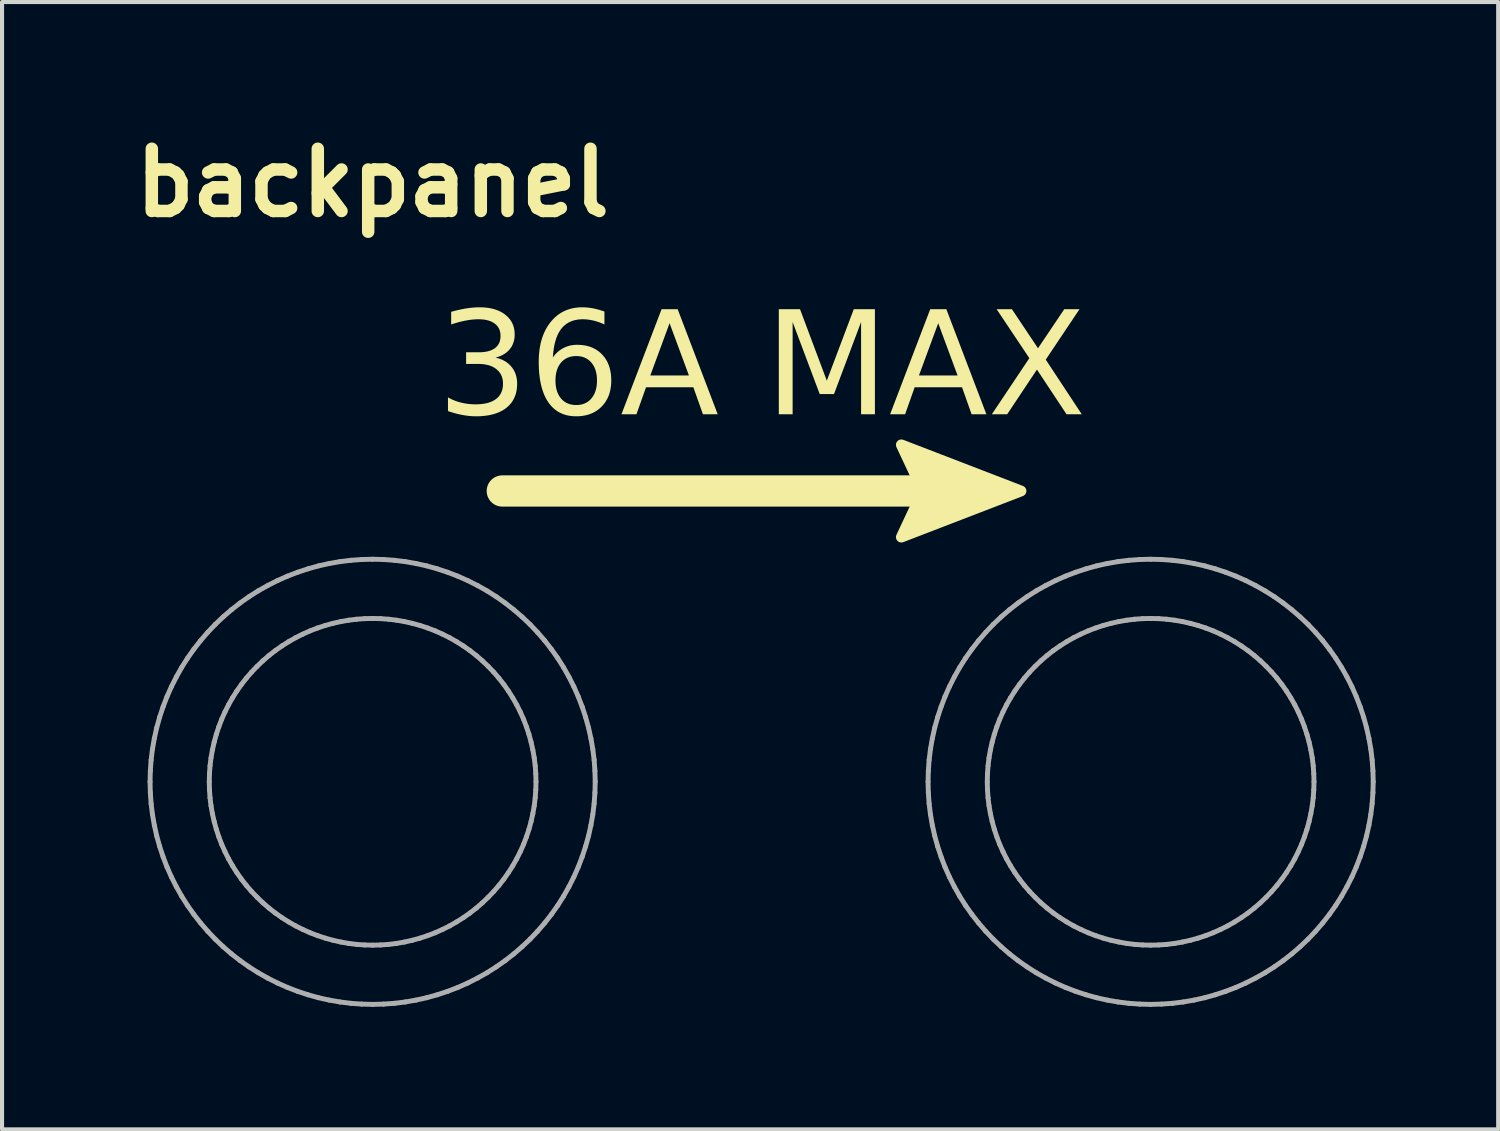
<source format=kicad_pcb>
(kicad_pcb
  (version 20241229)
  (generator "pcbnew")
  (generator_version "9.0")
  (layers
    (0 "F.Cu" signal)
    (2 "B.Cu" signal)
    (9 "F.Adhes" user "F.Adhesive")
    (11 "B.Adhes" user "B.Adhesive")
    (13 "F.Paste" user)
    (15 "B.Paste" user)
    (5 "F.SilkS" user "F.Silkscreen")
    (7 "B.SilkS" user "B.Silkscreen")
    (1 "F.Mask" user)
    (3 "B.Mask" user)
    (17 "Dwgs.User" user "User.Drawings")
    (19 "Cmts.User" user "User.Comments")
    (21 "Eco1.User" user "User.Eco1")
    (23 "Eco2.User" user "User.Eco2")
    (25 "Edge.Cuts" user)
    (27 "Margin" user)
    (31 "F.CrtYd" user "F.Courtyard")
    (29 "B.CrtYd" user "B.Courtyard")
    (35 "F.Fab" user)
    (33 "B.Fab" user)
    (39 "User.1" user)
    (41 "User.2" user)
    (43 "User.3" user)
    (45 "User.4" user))
  (footprint "backpanel"
    (layer "F.Cu")
    (at 6.074 16.093)
    (property "Reference" "backpanel" (at 0 -14.666 0) (layer "F.SilkS") (effects (font (size 1.524 1.524) (thickness 0.305))))
    (attr exclude_from_pos_files exclude_from_bom)
    (fp_line (start 3.175 -7.121) (end 14.8 -7.121) (stroke (width 0.765) (type solid)) (layer "F.SilkS"))
    (fp_poly (pts (xy 13.475 -7.121) (xy 12.946 -8.25) (xy 15.875 -7.121) (xy 12.946 -5.992) (xy 13.475 -7.121)) (stroke (width 0.265) (type solid)) (fill yes) (layer "F.SilkS"))
    (fp_poly (pts (xy 15.279 -11.572) (xy 15.653 -11.572) (xy 16.292 -10.616) (xy 16.935 -11.572) (xy 17.308 -11.572) (xy 16.482 -10.337) (xy 17.363 -9) (xy 16.99 -9) (xy 16.266 -10.094) (xy 15.538 -9) (xy 15.162 -9) (xy 16.08 -10.373) (xy 15.279 -11.572)) (stroke (width 0) (type solid)) (fill yes) (layer "F.SilkS"))
    (fp_poly (pts (xy 7.271 -11.229) (xy 7.075 -11.572) (xy 7.469 -11.572) (xy 8.449 -9) (xy 8.088 -9) (xy 7.853 -9.66) (xy 6.694 -9.66) (xy 6.46 -9) (xy 6.093 -9) (xy 7.075 -11.572) (xy 7.271 -11.229) (xy 6.799 -9.949) (xy 7.745 -9.949) (xy 7.271 -11.229)) (stroke (width 0) (type solid)) (fill yes) (layer "F.SilkS"))
    (fp_poly (pts (xy 9.946 -11.572) (xy 10.465 -11.572) (xy 11.121 -9.822) (xy 11.781 -11.572) (xy 12.299 -11.572) (xy 12.299 -9) (xy 11.96 -9) (xy 11.96 -11.258) (xy 11.297 -9.494) (xy 10.947 -9.494) (xy 10.284 -11.258) (xy 10.284 -9) (xy 9.946 -9) (xy 9.946 -11.572)) (stroke (width 0) (type solid)) (fill yes) (layer "F.SilkS"))
    (fp_poly (pts (xy 13.849 -11.229) (xy 13.653 -11.572) (xy 14.048 -11.572) (xy 15.028 -9) (xy 14.666 -9) (xy 14.432 -9.66) (xy 13.272 -9.66) (xy 13.038 -9) (xy 12.671 -9) (xy 13.653 -11.572) (xy 13.849 -11.229) (xy 13.377 -9.949) (xy 14.323 -9.949) (xy 13.849 -11.229)) (stroke (width 0) (type solid)) (fill yes) (layer "F.SilkS"))
    (fp_poly (pts (xy 3.008 -10.387) (xy 3.022 -10.384) (xy 3.035 -10.38) (xy 3.049 -10.377) (xy 3.062 -10.373) (xy 3.075 -10.37) (xy 3.088 -10.366) (xy 3.101 -10.362) (xy 3.113 -10.357) (xy 3.126 -10.353) (xy 3.138 -10.348) (xy 3.15 -10.343) (xy 3.162 -10.338) (xy 3.174 -10.333) (xy 3.185 -10.328) (xy 3.197 -10.322) (xy 3.208 -10.316) (xy 3.219 -10.31) (xy 3.23 -10.304) (xy 3.241 -10.298) (xy 3.251 -10.292) (xy 3.262 -10.285) (xy 3.272 -10.278) (xy 3.282 -10.271) (xy 3.292 -10.264) (xy 3.301 -10.257) (xy 3.311 -10.249) (xy 3.32 -10.242) (xy 3.33 -10.234) (xy 3.339 -10.226) (xy 3.347 -10.218) (xy 3.356 -10.209) (xy 3.365 -10.201) (xy 3.373 -10.192) (xy 3.381 -10.183) (xy 3.389 -10.174) (xy 3.397 -10.164) (xy 3.405 -10.155) (xy 3.412 -10.145) (xy 3.42 -10.136) (xy 3.427 -10.126) (xy 3.434 -10.116) (xy 3.44 -10.106) (xy 3.447 -10.096) (xy 3.453 -10.086) (xy 3.459 -10.075) (xy 3.465 -10.065) (xy 3.47 -10.054) (xy 3.476 -10.043) (xy 3.481 -10.032) (xy 3.486 -10.021) (xy 3.49 -10.01) (xy 3.495 -9.999) (xy 3.499 -9.987) (xy 3.503 -9.976) (xy 3.507 -9.964) (xy 3.51 -9.952) (xy 3.514 -9.941) (xy 3.517 -9.929) (xy 3.52 -9.916) (xy 3.523 -9.904) (xy 3.525 -9.892) (xy 3.527 -9.879) (xy 3.529 -9.867) (xy 3.531 -9.854) (xy 3.533 -9.841) (xy 3.534 -9.828) (xy 3.536 -9.815) (xy 3.537 -9.802) (xy 3.537 -9.788) (xy 3.538 -9.775) (xy 3.538 -9.761) (xy 3.538 -9.748) (xy 3.538 -9.734) (xy 3.538 -9.72) (xy 3.538 -9.707) (xy 3.537 -9.693) (xy 3.536 -9.68) (xy 3.535 -9.667) (xy 3.534 -9.653) (xy 3.533 -9.64) (xy 3.531 -9.628) (xy 3.53 -9.615) (xy 3.528 -9.602) (xy 3.526 -9.59) (xy 3.524 -9.577) (xy 3.521 -9.565) (xy 3.519 -9.553) (xy 3.516 -9.541) (xy 3.513 -9.529) (xy 3.51 -9.517) (xy 3.507 -9.505) (xy 3.504 -9.494) (xy 3.5 -9.482) (xy 3.496 -9.471) (xy 3.492 -9.459) (xy 3.488 -9.448) (xy 3.484 -9.437) (xy 3.48 -9.426) (xy 3.475 -9.415) (xy 3.47 -9.405) (xy 3.465 -9.394) (xy 3.46 -9.384) (xy 3.455 -9.373) (xy 3.45 -9.363) (xy 3.444 -9.353) (xy 3.438 -9.343) (xy 3.432 -9.333) (xy 3.426 -9.323) (xy 3.42 -9.313) (xy 3.413 -9.304) (xy 3.407 -9.294) (xy 3.4 -9.285) (xy 3.393 -9.276) (xy 3.386 -9.267) (xy 3.378 -9.258) (xy 3.371 -9.249) (xy 3.363 -9.24) (xy 3.355 -9.231) (xy 3.347 -9.223) (xy 3.339 -9.214) (xy 3.33 -9.206) (xy 3.322 -9.198) (xy 3.313 -9.19) (xy 3.304 -9.182) (xy 3.295 -9.174) (xy 3.286 -9.166) (xy 3.276 -9.158) (xy 3.268 -9.152) (xy 3.259 -9.145) (xy 3.251 -9.139) (xy 3.242 -9.132) (xy 3.233 -9.126) (xy 3.224 -9.12) (xy 3.215 -9.114) (xy 3.205 -9.108) (xy 3.196 -9.102) (xy 3.186 -9.097) (xy 3.177 -9.091) (xy 3.167 -9.086) (xy 3.157 -9.08) (xy 3.147 -9.075) (xy 3.137 -9.07) (xy 3.127 -9.065) (xy 3.116 -9.06) (xy 3.106 -9.055) (xy 3.095 -9.05) (xy 3.085 -9.046) (xy 3.074 -9.041) (xy 3.063 -9.037) (xy 3.052 -9.033) (xy 3.041 -9.028) (xy 3.029 -9.024) (xy 3.018 -9.02) (xy 3.007 -9.016) (xy 2.995 -9.013) (xy 2.983 -9.009) (xy 2.971 -9.006) (xy 2.96 -9.002) (xy 2.947 -8.999) (xy 2.935 -8.996) (xy 2.923 -8.993) (xy 2.911 -8.99) (xy 2.898 -8.987) (xy 2.885 -8.984) (xy 2.873 -8.981) (xy 2.86 -8.979) (xy 2.847 -8.976) (xy 2.834 -8.974) (xy 2.821 -8.972) (xy 2.807 -8.97) (xy 2.794 -8.968) (xy 2.78 -8.966) (xy 2.767 -8.964) (xy 2.753 -8.962) (xy 2.739 -8.961) (xy 2.725 -8.959) (xy 2.711 -8.958) (xy 2.697 -8.957) (xy 2.682 -8.955) (xy 2.668 -8.954) (xy 2.653 -8.954) (xy 2.638 -8.953) (xy 2.624 -8.952) (xy 2.609 -8.951) (xy 2.594 -8.951) (xy 2.578 -8.951) (xy 2.563 -8.95) (xy 2.548 -8.95) (xy 2.532 -8.95) (xy 2.52 -8.95) (xy 2.507 -8.95) (xy 2.495 -8.95) (xy 2.482 -8.951) (xy 2.47 -8.951) (xy 2.457 -8.952) (xy 2.444 -8.952) (xy 2.432 -8.953) (xy 2.419 -8.954) (xy 2.406 -8.955) (xy 2.393 -8.956) (xy 2.381 -8.957) (xy 2.368 -8.958) (xy 2.355 -8.96) (xy 2.342 -8.961) (xy 2.329 -8.962) (xy 2.316 -8.964) (xy 2.303 -8.966) (xy 2.29 -8.968) (xy 2.277 -8.969) (xy 2.264 -8.971) (xy 2.251 -8.973) (xy 2.238 -8.976) (xy 2.225 -8.978) (xy 2.211 -8.98) (xy 2.198 -8.983) (xy 2.186 -8.985) (xy 2.174 -8.987) (xy 2.161 -8.99) (xy 2.149 -8.992) (xy 2.137 -8.995) (xy 2.124 -8.998) (xy 2.112 -9) (xy 2.1 -9.003) (xy 2.087 -9.006) (xy 2.075 -9.009) (xy 2.062 -9.012) (xy 2.05 -9.015) (xy 2.037 -9.019) (xy 2.025 -9.022) (xy 2.012 -9.025) (xy 1.999 -9.029) (xy 1.987 -9.032) (xy 1.974 -9.036) (xy 1.961 -9.04) (xy 1.948 -9.044) (xy 1.936 -9.048) (xy 1.923 -9.052) (xy 1.91 -9.056) (xy 1.897 -9.06) (xy 1.884 -9.064) (xy 1.871 -9.069) (xy 1.858 -9.073) (xy 1.845 -9.078) (xy 1.845 -9.413) (xy 1.856 -9.407) (xy 1.867 -9.401) (xy 1.878 -9.395) (xy 1.888 -9.389) (xy 1.9 -9.384) (xy 1.911 -9.378) (xy 1.922 -9.372) (xy 1.933 -9.367) (xy 1.945 -9.362) (xy 1.956 -9.357) (xy 1.967 -9.351) (xy 1.979 -9.347) (xy 1.991 -9.342) (xy 2.002 -9.337) (xy 2.014 -9.332) (xy 2.026 -9.328) (xy 2.038 -9.324) (xy 2.05 -9.319) (xy 2.062 -9.315) (xy 2.075 -9.311) (xy 2.087 -9.307) (xy 2.099 -9.303) (xy 2.112 -9.3) (xy 2.124 -9.296) (xy 2.137 -9.293) (xy 2.149 -9.289) (xy 2.162 -9.286) (xy 2.174 -9.283) (xy 2.187 -9.28) (xy 2.199 -9.277) (xy 2.211 -9.275) (xy 2.224 -9.272) (xy 2.236 -9.269) (xy 2.249 -9.267) (xy 2.262 -9.265) (xy 2.274 -9.263) (xy 2.287 -9.261) (xy 2.3 -9.259) (xy 2.312 -9.257) (xy 2.325 -9.255) (xy 2.338 -9.254) (xy 2.351 -9.252) (xy 2.364 -9.251) (xy 2.377 -9.25) (xy 2.39 -9.248) (xy 2.403 -9.247) (xy 2.416 -9.246) (xy 2.429 -9.246) (xy 2.442 -9.245) (xy 2.455 -9.244) (xy 2.469 -9.244) (xy 2.482 -9.243) (xy 2.495 -9.243) (xy 2.509 -9.243) (xy 2.522 -9.243) (xy 2.538 -9.243) (xy 2.554 -9.243) (xy 2.569 -9.244) (xy 2.584 -9.244) (xy 2.599 -9.245) (xy 2.614 -9.246) (xy 2.629 -9.247) (xy 2.644 -9.248) (xy 2.658 -9.249) (xy 2.672 -9.251) (xy 2.686 -9.252) (xy 2.7 -9.254) (xy 2.714 -9.256) (xy 2.727 -9.258) (xy 2.74 -9.26) (xy 2.754 -9.263) (xy 2.766 -9.265) (xy 2.779 -9.268) (xy 2.792 -9.271) (xy 2.804 -9.274) (xy 2.816 -9.277) (xy 2.828 -9.28) (xy 2.84 -9.284) (xy 2.851 -9.287) (xy 2.863 -9.291) (xy 2.874 -9.295) (xy 2.885 -9.299) (xy 2.896 -9.303) (xy 2.907 -9.308) (xy 2.917 -9.312) (xy 2.927 -9.317) (xy 2.937 -9.322) (xy 2.947 -9.327) (xy 2.957 -9.332) (xy 2.967 -9.337) (xy 2.976 -9.342) (xy 2.985 -9.348) (xy 2.994 -9.354) (xy 3.003 -9.36) (xy 3.011 -9.366) (xy 3.02 -9.372) (xy 3.029 -9.38) (xy 3.039 -9.387) (xy 3.048 -9.395) (xy 3.057 -9.403) (xy 3.065 -9.411) (xy 3.074 -9.42) (xy 3.082 -9.428) (xy 3.09 -9.437) (xy 3.097 -9.446) (xy 3.104 -9.455) (xy 3.111 -9.465) (xy 3.118 -9.474) (xy 3.124 -9.484) (xy 3.13 -9.494) (xy 3.136 -9.504) (xy 3.141 -9.515) (xy 3.146 -9.525) (xy 3.151 -9.536) (xy 3.156 -9.547) (xy 3.16 -9.558) (xy 3.164 -9.569) (xy 3.168 -9.581) (xy 3.172 -9.592) (xy 3.175 -9.604) (xy 3.178 -9.616) (xy 3.181 -9.629) (xy 3.183 -9.641) (xy 3.185 -9.654) (xy 3.187 -9.667) (xy 3.189 -9.68) (xy 3.19 -9.693) (xy 3.191 -9.706) (xy 3.191 -9.72) (xy 3.192 -9.734) (xy 3.192 -9.748) (xy 3.192 -9.761) (xy 3.191 -9.775) (xy 3.191 -9.788) (xy 3.19 -9.801) (xy 3.188 -9.814) (xy 3.187 -9.827) (xy 3.185 -9.84) (xy 3.183 -9.852) (xy 3.18 -9.864) (xy 3.177 -9.876) (xy 3.174 -9.888) (xy 3.171 -9.9) (xy 3.167 -9.911) (xy 3.163 -9.923) (xy 3.159 -9.934) (xy 3.154 -9.945) (xy 3.15 -9.955) (xy 3.144 -9.966) (xy 3.139 -9.976) (xy 3.133 -9.986) (xy 3.127 -9.997) (xy 3.121 -10.006) (xy 3.114 -10.016) (xy 3.107 -10.025) (xy 3.1 -10.035) (xy 3.093 -10.044) (xy 3.085 -10.053) (xy 3.077 -10.062) (xy 3.068 -10.07) (xy 3.06 -10.078) (xy 3.051 -10.087) (xy 3.041 -10.095) (xy 3.032 -10.102) (xy 3.023 -10.109) (xy 3.014 -10.116) (xy 3.005 -10.123) (xy 2.996 -10.129) (xy 2.987 -10.135) (xy 2.977 -10.141) (xy 2.967 -10.147) (xy 2.957 -10.152) (xy 2.947 -10.158) (xy 2.937 -10.163) (xy 2.927 -10.168) (xy 2.916 -10.173) (xy 2.905 -10.177) (xy 2.894 -10.182) (xy 2.883 -10.186) (xy 2.871 -10.19) (xy 2.86 -10.194) (xy 2.848 -10.198) (xy 2.836 -10.201) (xy 2.824 -10.204) (xy 2.811 -10.207) (xy 2.799 -10.21) (xy 2.786 -10.213) (xy 2.773 -10.216) (xy 2.76 -10.218) (xy 2.747 -10.22) (xy 2.734 -10.222) (xy 2.72 -10.224) (xy 2.706 -10.226) (xy 2.692 -10.227) (xy 2.678 -10.228) (xy 2.664 -10.229) (xy 2.649 -10.23) (xy 2.634 -10.231) (xy 2.62 -10.231) (xy 2.604 -10.232) (xy 2.589 -10.232) (xy 2.289 -10.232) (xy 2.289 -10.518) (xy 2.603 -10.518) (xy 2.618 -10.518) (xy 2.634 -10.518) (xy 2.649 -10.518) (xy 2.663 -10.519) (xy 2.678 -10.52) (xy 2.692 -10.521) (xy 2.706 -10.522) (xy 2.72 -10.524) (xy 2.734 -10.525) (xy 2.747 -10.527) (xy 2.761 -10.529) (xy 2.774 -10.531) (xy 2.786 -10.533) (xy 2.799 -10.536) (xy 2.811 -10.539) (xy 2.823 -10.541) (xy 2.835 -10.545) (xy 2.847 -10.548) (xy 2.859 -10.551) (xy 2.87 -10.555) (xy 2.881 -10.559) (xy 2.892 -10.563) (xy 2.902 -10.567) (xy 2.912 -10.571) (xy 2.923 -10.576) (xy 2.933 -10.581) (xy 2.942 -10.586) (xy 2.952 -10.591) (xy 2.961 -10.596) (xy 2.97 -10.602) (xy 2.979 -10.607) (xy 2.987 -10.613) (xy 2.996 -10.619) (xy 3.005 -10.627) (xy 3.014 -10.634) (xy 3.023 -10.642) (xy 3.032 -10.651) (xy 3.04 -10.659) (xy 3.048 -10.668) (xy 3.055 -10.676) (xy 3.062 -10.686) (xy 3.069 -10.695) (xy 3.076 -10.704) (xy 3.082 -10.714) (xy 3.087 -10.724) (xy 3.093 -10.734) (xy 3.098 -10.745) (xy 3.102 -10.756) (xy 3.107 -10.767) (xy 3.111 -10.778) (xy 3.114 -10.789) (xy 3.118 -10.801) (xy 3.121 -10.813) (xy 3.123 -10.825) (xy 3.126 -10.837) (xy 3.127 -10.849) (xy 3.129 -10.862) (xy 3.13 -10.875) (xy 3.131 -10.888) (xy 3.132 -10.902) (xy 3.132 -10.915) (xy 3.132 -10.929) (xy 3.131 -10.942) (xy 3.13 -10.955) (xy 3.129 -10.968) (xy 3.128 -10.981) (xy 3.126 -10.993) (xy 3.124 -11.006) (xy 3.121 -11.018) (xy 3.118 -11.029) (xy 3.115 -11.041) (xy 3.111 -11.052) (xy 3.108 -11.063) (xy 3.103 -11.074) (xy 3.099 -11.085) (xy 3.094 -11.096) (xy 3.089 -11.106) (xy 3.083 -11.116) (xy 3.077 -11.126) (xy 3.071 -11.135) (xy 3.065 -11.144) (xy 3.058 -11.154) (xy 3.05 -11.162) (xy 3.043 -11.171) (xy 3.035 -11.18) (xy 3.027 -11.188) (xy 3.018 -11.196) (xy 3.009 -11.204) (xy 3 -11.211) (xy 2.991 -11.219) (xy 2.982 -11.225) (xy 2.974 -11.231) (xy 2.965 -11.237) (xy 2.956 -11.242) (xy 2.947 -11.248) (xy 2.937 -11.253) (xy 2.928 -11.258) (xy 2.918 -11.263) (xy 2.908 -11.268) (xy 2.898 -11.272) (xy 2.887 -11.277) (xy 2.877 -11.281) (xy 2.866 -11.285) (xy 2.855 -11.288) (xy 2.844 -11.292) (xy 2.832 -11.296) (xy 2.82 -11.299) (xy 2.808 -11.302) (xy 2.796 -11.305) (xy 2.784 -11.307) (xy 2.771 -11.31) (xy 2.759 -11.312) (xy 2.746 -11.314) (xy 2.733 -11.316) (xy 2.719 -11.318) (xy 2.706 -11.32) (xy 2.692 -11.321) (xy 2.678 -11.322) (xy 2.664 -11.323) (xy 2.649 -11.324) (xy 2.634 -11.325) (xy 2.62 -11.325) (xy 2.604 -11.325) (xy 2.589 -11.325) (xy 2.577 -11.325) (xy 2.565 -11.325) (xy 2.553 -11.325) (xy 2.541 -11.325) (xy 2.529 -11.324) (xy 2.516 -11.324) (xy 2.504 -11.323) (xy 2.492 -11.322) (xy 2.479 -11.321) (xy 2.466 -11.32) (xy 2.454 -11.319) (xy 2.441 -11.318) (xy 2.428 -11.316) (xy 2.415 -11.315) (xy 2.402 -11.313) (xy 2.389 -11.312) (xy 2.376 -11.31) (xy 2.363 -11.308) (xy 2.35 -11.306) (xy 2.337 -11.304) (xy 2.323 -11.302) (xy 2.31 -11.299) (xy 2.296 -11.297) (xy 2.283 -11.294) (xy 2.271 -11.292) (xy 2.26 -11.29) (xy 2.248 -11.288) (xy 2.237 -11.285) (xy 2.225 -11.283) (xy 2.213 -11.28) (xy 2.202 -11.277) (xy 2.19 -11.275) (xy 2.178 -11.272) (xy 2.166 -11.269) (xy 2.154 -11.266) (xy 2.142 -11.263) (xy 2.129 -11.26) (xy 2.117 -11.256) (xy 2.105 -11.253) (xy 2.092 -11.25) (xy 2.079 -11.246) (xy 2.067 -11.243) (xy 2.054 -11.239) (xy 2.041 -11.235) (xy 2.028 -11.231) (xy 2.015 -11.228) (xy 2.002 -11.224) (xy 1.989 -11.22) (xy 1.976 -11.215) (xy 1.963 -11.211) (xy 1.949 -11.207) (xy 1.936 -11.202) (xy 1.923 -11.198) (xy 1.923 -11.508) (xy 1.936 -11.512) (xy 1.95 -11.516) (xy 1.963 -11.519) (xy 1.977 -11.523) (xy 1.99 -11.526) (xy 2.003 -11.53) (xy 2.017 -11.533) (xy 2.03 -11.536) (xy 2.043 -11.54) (xy 2.056 -11.543) (xy 2.069 -11.546) (xy 2.082 -11.549) (xy 2.095 -11.552) (xy 2.108 -11.555) (xy 2.121 -11.558) (xy 2.133 -11.56) (xy 2.146 -11.563) (xy 2.158 -11.566) (xy 2.171 -11.568) (xy 2.183 -11.571) (xy 2.196 -11.573) (xy 2.208 -11.576) (xy 2.22 -11.578) (xy 2.233 -11.58) (xy 2.245 -11.583) (xy 2.257 -11.585) (xy 2.269 -11.587) (xy 2.281 -11.589) (xy 2.293 -11.591) (xy 2.307 -11.593) (xy 2.321 -11.595) (xy 2.334 -11.597) (xy 2.348 -11.599) (xy 2.362 -11.601) (xy 2.375 -11.602) (xy 2.389 -11.604) (xy 2.402 -11.606) (xy 2.415 -11.607) (xy 2.429 -11.608) (xy 2.442 -11.61) (xy 2.455 -11.611) (xy 2.468 -11.612) (xy 2.481 -11.613) (xy 2.494 -11.614) (xy 2.507 -11.615) (xy 2.52 -11.615) (xy 2.533 -11.616) (xy 2.545 -11.617) (xy 2.558 -11.617) (xy 2.571 -11.618) (xy 2.583 -11.618) (xy 2.596 -11.618) (xy 2.608 -11.618) (xy 2.62 -11.618) (xy 2.635 -11.618) (xy 2.65 -11.618) (xy 2.664 -11.618) (xy 2.679 -11.617) (xy 2.693 -11.617) (xy 2.708 -11.616) (xy 2.722 -11.615) (xy 2.736 -11.614) (xy 2.75 -11.613) (xy 2.764 -11.612) (xy 2.777 -11.61) (xy 2.791 -11.609) (xy 2.805 -11.607) (xy 2.818 -11.606) (xy 2.831 -11.604) (xy 2.844 -11.602) (xy 2.857 -11.6) (xy 2.87 -11.597) (xy 2.883 -11.595) (xy 2.896 -11.593) (xy 2.908 -11.59) (xy 2.921 -11.587) (xy 2.933 -11.584) (xy 2.945 -11.581) (xy 2.957 -11.578) (xy 2.969 -11.575) (xy 2.981 -11.571) (xy 2.993 -11.568) (xy 3.004 -11.564) (xy 3.016 -11.56) (xy 3.027 -11.556) (xy 3.038 -11.552) (xy 3.049 -11.548) (xy 3.06 -11.544) (xy 3.071 -11.539) (xy 3.082 -11.535) (xy 3.093 -11.53) (xy 3.103 -11.525) (xy 3.114 -11.52) (xy 3.124 -11.515) (xy 3.134 -11.51) (xy 3.144 -11.505) (xy 3.154 -11.499) (xy 3.164 -11.494) (xy 3.174 -11.488) (xy 3.183 -11.482) (xy 3.193 -11.476) (xy 3.202 -11.47) (xy 3.211 -11.464) (xy 3.221 -11.457) (xy 3.23 -11.451) (xy 3.238 -11.444) (xy 3.247 -11.437) (xy 3.257 -11.43) (xy 3.267 -11.422) (xy 3.276 -11.413) (xy 3.286 -11.405) (xy 3.295 -11.397) (xy 3.303 -11.389) (xy 3.312 -11.38) (xy 3.32 -11.371) (xy 3.329 -11.362) (xy 3.337 -11.353) (xy 3.344 -11.344) (xy 3.352 -11.335) (xy 3.359 -11.326) (xy 3.366 -11.317) (xy 3.373 -11.307) (xy 3.38 -11.297) (xy 3.386 -11.288) (xy 3.392 -11.278) (xy 3.398 -11.268) (xy 3.404 -11.258) (xy 3.41 -11.247) (xy 3.415 -11.237) (xy 3.42 -11.226) (xy 3.425 -11.216) (xy 3.43 -11.205) (xy 3.434 -11.194) (xy 3.439 -11.183) (xy 3.443 -11.172) (xy 3.446 -11.161) (xy 3.45 -11.15) (xy 3.453 -11.138) (xy 3.457 -11.126) (xy 3.46 -11.115) (xy 3.462 -11.103) (xy 3.465 -11.091) (xy 3.467 -11.079) (xy 3.469 -11.067) (xy 3.471 -11.054) (xy 3.473 -11.042) (xy 3.474 -11.029) (xy 3.475 -11.017) (xy 3.476 -11.004) (xy 3.477 -10.991) (xy 3.478 -10.978) (xy 3.478 -10.965) (xy 3.478 -10.952) (xy 3.478 -10.938) (xy 3.477 -10.924) (xy 3.477 -10.911) (xy 3.476 -10.898) (xy 3.475 -10.884) (xy 3.473 -10.871) (xy 3.472 -10.859) (xy 3.47 -10.846) (xy 3.468 -10.833) (xy 3.465 -10.821) (xy 3.463 -10.808) (xy 3.46 -10.796) (xy 3.456 -10.784) (xy 3.453 -10.772) (xy 3.449 -10.76) (xy 3.445 -10.749) (xy 3.441 -10.737) (xy 3.437 -10.726) (xy 3.432 -10.714) (xy 3.427 -10.703) (xy 3.422 -10.692) (xy 3.416 -10.681) (xy 3.411 -10.671) (xy 3.405 -10.66) (xy 3.398 -10.65) (xy 3.392 -10.639) (xy 3.385 -10.629) (xy 3.378 -10.619) (xy 3.371 -10.609) (xy 3.363 -10.6) (xy 3.356 -10.59) (xy 3.348 -10.581) (xy 3.34 -10.572) (xy 3.333 -10.564) (xy 3.325 -10.556) (xy 3.316 -10.548) (xy 3.308 -10.54) (xy 3.299 -10.532) (xy 3.29 -10.524) (xy 3.281 -10.517) (xy 3.272 -10.509) (xy 3.263 -10.502) (xy 3.253 -10.495) (xy 3.243 -10.488) (xy 3.233 -10.482) (xy 3.223 -10.475) (xy 3.213 -10.469) (xy 3.202 -10.463) (xy 3.192 -10.457) (xy 3.181 -10.451) (xy 3.169 -10.445) (xy 3.158 -10.44) (xy 3.147 -10.434) (xy 3.135 -10.429) (xy 3.123 -10.424) (xy 3.111 -10.419) (xy 3.099 -10.415) (xy 3.086 -10.41) (xy 3.074 -10.406) (xy 3.061 -10.402) (xy 3.048 -10.398) (xy 3.035 -10.394) (xy 3.021 -10.39) (xy 3.008 -10.387) (xy 3.008 -10.387)) (stroke (width 0) (type solid)) (fill yes) (layer "F.SilkS"))
    (fp_poly (pts (xy 4.985 -10.425) (xy 4.437 -10.423) (xy 4.445 -10.433) (xy 4.453 -10.443) (xy 4.461 -10.453) (xy 4.47 -10.463) (xy 4.478 -10.473) (xy 4.487 -10.482) (xy 4.496 -10.491) (xy 4.505 -10.5) (xy 4.514 -10.509) (xy 4.523 -10.518) (xy 4.533 -10.527) (xy 4.542 -10.535) (xy 4.552 -10.543) (xy 4.562 -10.551) (xy 4.572 -10.559) (xy 4.582 -10.566) (xy 4.592 -10.573) (xy 4.603 -10.58) (xy 4.613 -10.587) (xy 4.624 -10.594) (xy 4.635 -10.601) (xy 4.646 -10.607) (xy 4.657 -10.613) (xy 4.668 -10.619) (xy 4.679 -10.625) (xy 4.69 -10.63) (xy 4.701 -10.636) (xy 4.713 -10.641) (xy 4.724 -10.646) (xy 4.735 -10.65) (xy 4.747 -10.655) (xy 4.758 -10.659) (xy 4.77 -10.663) (xy 4.782 -10.667) (xy 4.794 -10.67) (xy 4.805 -10.674) (xy 4.817 -10.677) (xy 4.829 -10.68) (xy 4.841 -10.683) (xy 4.854 -10.685) (xy 4.866 -10.688) (xy 4.878 -10.69) (xy 4.891 -10.692) (xy 4.903 -10.694) (xy 4.916 -10.695) (xy 4.928 -10.696) (xy 4.941 -10.698) (xy 4.954 -10.699) (xy 4.967 -10.699) (xy 4.98 -10.7) (xy 4.993 -10.7) (xy 5.006 -10.7) (xy 5.02 -10.7) (xy 5.034 -10.7) (xy 5.048 -10.699) (xy 5.062 -10.699) (xy 5.076 -10.698) (xy 5.09 -10.697) (xy 5.104 -10.696) (xy 5.117 -10.695) (xy 5.131 -10.694) (xy 5.144 -10.692) (xy 5.157 -10.69) (xy 5.17 -10.689) (xy 5.183 -10.686) (xy 5.196 -10.684) (xy 5.209 -10.682) (xy 5.221 -10.679) (xy 5.234 -10.677) (xy 5.246 -10.674) (xy 5.258 -10.671) (xy 5.271 -10.668) (xy 5.283 -10.664) (xy 5.295 -10.661) (xy 5.306 -10.657) (xy 5.318 -10.654) (xy 5.33 -10.65) (xy 5.341 -10.645) (xy 5.353 -10.641) (xy 5.364 -10.637) (xy 5.375 -10.632) (xy 5.386 -10.627) (xy 5.397 -10.622) (xy 5.408 -10.617) (xy 5.418 -10.612) (xy 5.429 -10.607) (xy 5.44 -10.601) (xy 5.45 -10.595) (xy 5.46 -10.589) (xy 5.47 -10.583) (xy 5.48 -10.577) (xy 5.49 -10.571) (xy 5.5 -10.564) (xy 5.51 -10.557) (xy 5.519 -10.551) (xy 5.529 -10.543) (xy 5.538 -10.536) (xy 5.547 -10.529) (xy 5.557 -10.521) (xy 5.566 -10.514) (xy 5.575 -10.506) (xy 5.583 -10.498) (xy 5.592 -10.49) (xy 5.601 -10.481) (xy 5.609 -10.473) (xy 5.617 -10.464) (xy 5.625 -10.456) (xy 5.633 -10.447) (xy 5.641 -10.439) (xy 5.648 -10.43) (xy 5.656 -10.421) (xy 5.663 -10.412) (xy 5.67 -10.403) (xy 5.677 -10.394) (xy 5.684 -10.384) (xy 5.691 -10.375) (xy 5.697 -10.366) (xy 5.704 -10.356) (xy 5.71 -10.346) (xy 5.716 -10.336) (xy 5.722 -10.326) (xy 5.728 -10.316) (xy 5.734 -10.306) (xy 5.739 -10.296) (xy 5.745 -10.286) (xy 5.75 -10.275) (xy 5.755 -10.264) (xy 5.76 -10.254) (xy 5.765 -10.243) (xy 5.769 -10.232) (xy 5.774 -10.221) (xy 5.778 -10.21) (xy 5.783 -10.199) (xy 5.787 -10.187) (xy 5.791 -10.176) (xy 5.794 -10.164) (xy 5.798 -10.153) (xy 5.802 -10.141) (xy 5.805 -10.129) (xy 5.808 -10.117) (xy 5.811 -10.105) (xy 5.814 -10.092) (xy 5.817 -10.08) (xy 5.82 -10.068) (xy 5.822 -10.055) (xy 5.825 -10.042) (xy 5.827 -10.03) (xy 5.829 -10.017) (xy 5.831 -10.004) (xy 5.833 -9.991) (xy 5.834 -9.978) (xy 5.836 -9.964) (xy 5.837 -9.951) (xy 5.838 -9.937) (xy 5.84 -9.924) (xy 5.84 -9.91) (xy 5.841 -9.896) (xy 5.842 -9.882) (xy 5.842 -9.868) (xy 5.843 -9.854) (xy 5.843 -9.84) (xy 5.843 -9.825) (xy 5.843 -9.811) (xy 5.843 -9.797) (xy 5.842 -9.783) (xy 5.842 -9.769) (xy 5.841 -9.756) (xy 5.84 -9.742) (xy 5.839 -9.729) (xy 5.838 -9.715) (xy 5.837 -9.702) (xy 5.836 -9.689) (xy 5.834 -9.676) (xy 5.832 -9.663) (xy 5.83 -9.65) (xy 5.828 -9.637) (xy 5.826 -9.624) (xy 5.824 -9.612) (xy 5.821 -9.599) (xy 5.819 -9.587) (xy 5.816 -9.574) (xy 5.813 -9.562) (xy 5.81 -9.55) (xy 5.807 -9.538) (xy 5.804 -9.526) (xy 5.8 -9.514) (xy 5.796 -9.503) (xy 5.793 -9.491) (xy 5.789 -9.48) (xy 5.784 -9.468) (xy 5.78 -9.457) (xy 5.776 -9.446) (xy 5.771 -9.435) (xy 5.767 -9.424) (xy 5.762 -9.413) (xy 5.757 -9.402) (xy 5.752 -9.391) (xy 5.746 -9.38) (xy 5.741 -9.37) (xy 5.735 -9.36) (xy 5.729 -9.349) (xy 5.724 -9.339) (xy 5.717 -9.329) (xy 5.711 -9.319) (xy 5.705 -9.309) (xy 5.698 -9.299) (xy 5.692 -9.29) (xy 5.685 -9.28) (xy 5.678 -9.27) (xy 5.671 -9.261) (xy 5.664 -9.252) (xy 5.656 -9.243) (xy 5.649 -9.233) (xy 5.641 -9.224) (xy 5.633 -9.216) (xy 5.625 -9.207) (xy 5.617 -9.198) (xy 5.609 -9.189) (xy 5.6 -9.181) (xy 5.592 -9.172) (xy 5.583 -9.164) (xy 5.574 -9.156) (xy 5.565 -9.148) (xy 5.556 -9.14) (xy 5.547 -9.132) (xy 5.537 -9.125) (xy 5.528 -9.118) (xy 5.518 -9.11) (xy 5.509 -9.103) (xy 5.499 -9.096) (xy 5.489 -9.09) (xy 5.479 -9.083) (xy 5.469 -9.077) (xy 5.459 -9.07) (xy 5.449 -9.064) (xy 5.439 -9.058) (xy 5.428 -9.053) (xy 5.418 -9.047) (xy 5.407 -9.042) (xy 5.397 -9.036) (xy 5.386 -9.031) (xy 5.375 -9.026) (xy 5.364 -9.021) (xy 5.353 -9.017) (xy 5.341 -9.012) (xy 5.33 -9.008) (xy 5.319 -9.004) (xy 5.307 -9) (xy 5.295 -8.996) (xy 5.284 -8.992) (xy 5.272 -8.988) (xy 5.26 -8.985) (xy 5.248 -8.982) (xy 5.236 -8.979) (xy 5.223 -8.976) (xy 5.211 -8.973) (xy 5.199 -8.97) (xy 5.186 -8.968) (xy 5.173 -8.966) (xy 5.161 -8.963) (xy 5.148 -8.961) (xy 5.135 -8.96) (xy 5.122 -8.958) (xy 5.108 -8.956) (xy 5.095 -8.955) (xy 5.082 -8.954) (xy 5.068 -8.953) (xy 5.055 -8.952) (xy 5.041 -8.951) (xy 5.027 -8.951) (xy 5.013 -8.95) (xy 4.999 -8.95) (xy 4.985 -8.95) (xy 4.972 -8.95) (xy 4.958 -8.95) (xy 4.945 -8.951) (xy 4.932 -8.951) (xy 4.919 -8.952) (xy 4.906 -8.953) (xy 4.893 -8.954) (xy 4.88 -8.955) (xy 4.867 -8.956) (xy 4.855 -8.958) (xy 4.842 -8.96) (xy 4.83 -8.961) (xy 4.818 -8.963) (xy 4.805 -8.965) (xy 4.793 -8.968) (xy 4.781 -8.97) (xy 4.769 -8.973) (xy 4.758 -8.975) (xy 4.746 -8.978) (xy 4.734 -8.981) (xy 4.723 -8.985) (xy 4.711 -8.988) (xy 4.7 -8.991) (xy 4.689 -8.995) (xy 4.677 -8.999) (xy 4.666 -9.003) (xy 4.655 -9.007) (xy 4.645 -9.011) (xy 4.634 -9.016) (xy 4.623 -9.021) (xy 4.612 -9.025) (xy 4.602 -9.03) (xy 4.592 -9.035) (xy 4.581 -9.041) (xy 4.571 -9.046) (xy 4.561 -9.052) (xy 4.551 -9.057) (xy 4.541 -9.063) (xy 4.531 -9.069) (xy 4.522 -9.075) (xy 4.512 -9.082) (xy 4.503 -9.088) (xy 4.493 -9.095) (xy 4.484 -9.102) (xy 4.475 -9.109) (xy 4.465 -9.116) (xy 4.456 -9.123) (xy 4.447 -9.13) (xy 4.439 -9.138) (xy 4.43 -9.146) (xy 4.421 -9.154) (xy 4.413 -9.162) (xy 4.404 -9.17) (xy 4.396 -9.178) (xy 4.388 -9.187) (xy 4.379 -9.196) (xy 4.371 -9.204) (xy 4.363 -9.213) (xy 4.356 -9.223) (xy 4.348 -9.232) (xy 4.34 -9.241) (xy 4.332 -9.251) (xy 4.325 -9.261) (xy 4.318 -9.271) (xy 4.31 -9.281) (xy 4.303 -9.291) (xy 4.297 -9.3) (xy 4.292 -9.308) (xy 4.286 -9.317) (xy 4.28 -9.326) (xy 4.275 -9.335) (xy 4.269 -9.344) (xy 4.264 -9.353) (xy 4.259 -9.362) (xy 4.254 -9.371) (xy 4.248 -9.38) (xy 4.243 -9.39) (xy 4.238 -9.399) (xy 4.233 -9.409) (xy 4.229 -9.419) (xy 4.224 -9.429) (xy 4.219 -9.438) (xy 4.214 -9.449) (xy 4.21 -9.459) (xy 4.205 -9.469) (xy 4.201 -9.479) (xy 4.197 -9.489) (xy 4.192 -9.5) (xy 4.188 -9.511) (xy 4.184 -9.521) (xy 4.18 -9.532) (xy 4.176 -9.543) (xy 4.172 -9.554) (xy 4.168 -9.565) (xy 4.164 -9.576) (xy 4.161 -9.587) (xy 4.157 -9.598) (xy 4.153 -9.61) (xy 4.15 -9.621) (xy 4.147 -9.633) (xy 4.143 -9.645) (xy 4.14 -9.656) (xy 4.137 -9.668) (xy 4.134 -9.68) (xy 4.131 -9.692) (xy 4.128 -9.704) (xy 4.125 -9.717) (xy 4.122 -9.729) (xy 4.119 -9.741) (xy 4.116 -9.754) (xy 4.114 -9.767) (xy 4.111 -9.779) (xy 4.109 -9.792) (xy 4.106 -9.805) (xy 4.104 -9.818) (xy 4.102 -9.831) (xy 4.099 -9.844) (xy 4.097 -9.858) (xy 4.095 -9.871) (xy 4.093 -9.884) (xy 4.091 -9.898) (xy 4.09 -9.912) (xy 4.088 -9.925) (xy 4.086 -9.939) (xy 4.085 -9.953) (xy 4.083 -9.967) (xy 4.081 -9.981) (xy 4.08 -9.996) (xy 4.079 -10.01) (xy 4.077 -10.024) (xy 4.076 -10.039) (xy 4.075 -10.053) (xy 4.074 -10.068) (xy 4.073 -10.083) (xy 4.072 -10.098) (xy 4.071 -10.113) (xy 4.071 -10.128) (xy 4.07 -10.143) (xy 4.069 -10.158) (xy 4.069 -10.173) (xy 4.068 -10.189) (xy 4.068 -10.204) (xy 4.068 -10.22) (xy 4.067 -10.236) (xy 4.067 -10.251) (xy 4.067 -10.267) (xy 4.067 -10.283) (xy 4.067 -10.298) (xy 4.067 -10.313) (xy 4.067 -10.328) (xy 4.068 -10.342) (xy 4.068 -10.357) (xy 4.069 -10.371) (xy 4.069 -10.386) (xy 4.07 -10.4) (xy 4.071 -10.414) (xy 4.071 -10.428) (xy 4.072 -10.442) (xy 4.073 -10.456) (xy 4.074 -10.47) (xy 4.076 -10.484) (xy 4.077 -10.498) (xy 4.078 -10.512) (xy 4.08 -10.525) (xy 4.081 -10.539) (xy 4.083 -10.553) (xy 4.084 -10.566) (xy 4.086 -10.579) (xy 4.088 -10.593) (xy 4.09 -10.606) (xy 4.092 -10.619) (xy 4.094 -10.632) (xy 4.096 -10.645) (xy 4.098 -10.658) (xy 4.101 -10.671) (xy 4.103 -10.684) (xy 4.106 -10.696) (xy 4.108 -10.709) (xy 4.111 -10.721) (xy 4.114 -10.734) (xy 4.117 -10.746) (xy 4.12 -10.759) (xy 4.123 -10.771) (xy 4.126 -10.783) (xy 4.129 -10.795) (xy 4.133 -10.807) (xy 4.136 -10.819) (xy 4.139 -10.831) (xy 4.143 -10.843) (xy 4.147 -10.855) (xy 4.15 -10.866) (xy 4.154 -10.878) (xy 4.158 -10.889) (xy 4.162 -10.901) (xy 4.166 -10.912) (xy 4.17 -10.923) (xy 4.175 -10.935) (xy 4.179 -10.946) (xy 4.183 -10.957) (xy 4.188 -10.968) (xy 4.193 -10.979) (xy 4.197 -10.99) (xy 4.202 -11) (xy 4.207 -11.011) (xy 4.212 -11.022) (xy 4.217 -11.032) (xy 4.222 -11.043) (xy 4.227 -11.053) (xy 4.233 -11.064) (xy 4.238 -11.074) (xy 4.243 -11.084) (xy 4.249 -11.094) (xy 4.255 -11.104) (xy 4.26 -11.114) (xy 4.266 -11.124) (xy 4.272 -11.134) (xy 4.278 -11.144) (xy 4.284 -11.153) (xy 4.29 -11.163) (xy 4.296 -11.172) (xy 4.303 -11.182) (xy 4.309 -11.191) (xy 4.316 -11.201) (xy 4.322 -11.21) (xy 4.329 -11.219) (xy 4.336 -11.228) (xy 4.343 -11.237) (xy 4.349 -11.246) (xy 4.356 -11.255) (xy 4.365 -11.265) (xy 4.373 -11.275) (xy 4.381 -11.284) (xy 4.389 -11.294) (xy 4.398 -11.304) (xy 4.406 -11.313) (xy 4.415 -11.322) (xy 4.423 -11.331) (xy 4.432 -11.34) (xy 4.441 -11.349) (xy 4.45 -11.357) (xy 4.458 -11.366) (xy 4.467 -11.374) (xy 4.477 -11.382) (xy 4.486 -11.39) (xy 4.495 -11.398) (xy 4.504 -11.406) (xy 4.514 -11.414) (xy 4.523 -11.421) (xy 4.533 -11.429) (xy 4.542 -11.436) (xy 4.552 -11.443) (xy 4.562 -11.45) (xy 4.571 -11.457) (xy 4.581 -11.463) (xy 4.591 -11.47) (xy 4.601 -11.476) (xy 4.612 -11.483) (xy 4.622 -11.489) (xy 4.632 -11.495) (xy 4.642 -11.5) (xy 4.653 -11.506) (xy 4.663 -11.512) (xy 4.674 -11.517) (xy 4.685 -11.522) (xy 4.695 -11.527) (xy 4.706 -11.532) (xy 4.717 -11.537) (xy 4.728 -11.542) (xy 4.739 -11.546) (xy 4.75 -11.551) (xy 4.762 -11.555) (xy 4.773 -11.559) (xy 4.784 -11.563) (xy 4.796 -11.567) (xy 4.807 -11.571) (xy 4.819 -11.574) (xy 4.83 -11.578) (xy 4.842 -11.581) (xy 4.854 -11.584) (xy 4.866 -11.587) (xy 4.878 -11.59) (xy 4.89 -11.593) (xy 4.902 -11.596) (xy 4.914 -11.598) (xy 4.926 -11.6) (xy 4.939 -11.602) (xy 4.951 -11.605) (xy 4.964 -11.606) (xy 4.976 -11.608) (xy 4.989 -11.61) (xy 5.002 -11.611) (xy 5.015 -11.613) (xy 5.027 -11.614) (xy 5.04 -11.615) (xy 5.053 -11.616) (xy 5.067 -11.617) (xy 5.08 -11.617) (xy 5.093 -11.618) (xy 5.106 -11.618) (xy 5.12 -11.618) (xy 5.133 -11.618) (xy 5.146 -11.618) (xy 5.158 -11.618) (xy 5.171 -11.618) (xy 5.183 -11.617) (xy 5.196 -11.617) (xy 5.208 -11.616) (xy 5.221 -11.615) (xy 5.233 -11.615) (xy 5.246 -11.614) (xy 5.258 -11.612) (xy 5.271 -11.611) (xy 5.284 -11.61) (xy 5.296 -11.608) (xy 5.309 -11.607) (xy 5.321 -11.605) (xy 5.334 -11.603) (xy 5.346 -11.601) (xy 5.359 -11.599) (xy 5.372 -11.597) (xy 5.384 -11.595) (xy 5.397 -11.592) (xy 5.409 -11.59) (xy 5.421 -11.588) (xy 5.434 -11.585) (xy 5.446 -11.582) (xy 5.459 -11.579) (xy 5.471 -11.576) (xy 5.483 -11.573) (xy 5.496 -11.57) (xy 5.509 -11.567) (xy 5.521 -11.564) (xy 5.534 -11.56) (xy 5.547 -11.557) (xy 5.559 -11.553) (xy 5.572 -11.549) (xy 5.585 -11.545) (xy 5.598 -11.541) (xy 5.611 -11.537) (xy 5.624 -11.533) (xy 5.637 -11.529) (xy 5.65 -11.524) (xy 5.663 -11.52) (xy 5.676 -11.515) (xy 5.676 -11.515) (xy 5.676 -11.198) (xy 5.664 -11.204) (xy 5.652 -11.209) (xy 5.64 -11.214) (xy 5.628 -11.22) (xy 5.616 -11.225) (xy 5.604 -11.23) (xy 5.592 -11.234) (xy 5.58 -11.239) (xy 5.568 -11.244) (xy 5.556 -11.248) (xy 5.544 -11.253) (xy 5.532 -11.257) (xy 5.52 -11.261) (xy 5.508 -11.265) (xy 5.496 -11.269) (xy 5.484 -11.273) (xy 5.472 -11.276) (xy 5.459 -11.28) (xy 5.447 -11.283) (xy 5.435 -11.287) (xy 5.423 -11.29) (xy 5.411 -11.293) (xy 5.398 -11.296) (xy 5.385 -11.299) (xy 5.373 -11.301) (xy 5.36 -11.304) (xy 5.348 -11.306) (xy 5.335 -11.309) (xy 5.322 -11.311) (xy 5.31 -11.313) (xy 5.297 -11.315) (xy 5.285 -11.316) (xy 5.272 -11.318) (xy 5.26 -11.319) (xy 5.247 -11.321) (xy 5.235 -11.322) (xy 5.222 -11.323) (xy 5.21 -11.324) (xy 5.197 -11.324) (xy 5.185 -11.325) (xy 5.172 -11.325) (xy 5.16 -11.325) (xy 5.147 -11.325) (xy 5.133 -11.325) (xy 5.119 -11.325) (xy 5.106 -11.325) (xy 5.092 -11.324) (xy 5.079 -11.323) (xy 5.065 -11.322) (xy 5.052 -11.321) (xy 5.039 -11.319) (xy 5.026 -11.318) (xy 5.013 -11.316) (xy 5.001 -11.314) (xy 4.988 -11.311) (xy 4.976 -11.309) (xy 4.963 -11.306) (xy 4.951 -11.304) (xy 4.939 -11.301) (xy 4.928 -11.297) (xy 4.916 -11.294) (xy 4.904 -11.29) (xy 4.893 -11.287) (xy 4.882 -11.283) (xy 4.87 -11.279) (xy 4.859 -11.274) (xy 4.849 -11.27) (xy 4.838 -11.265) (xy 4.827 -11.26) (xy 4.817 -11.255) (xy 4.806 -11.25) (xy 4.796 -11.244) (xy 4.786 -11.238) (xy 4.776 -11.232) (xy 4.766 -11.226) (xy 4.757 -11.22) (xy 4.747 -11.213) (xy 4.738 -11.207) (xy 4.728 -11.2) (xy 4.719 -11.193) (xy 4.71 -11.186) (xy 4.701 -11.178) (xy 4.693 -11.17) (xy 4.684 -11.163) (xy 4.676 -11.155) (xy 4.667 -11.146) (xy 4.659 -11.138) (xy 4.651 -11.129) (xy 4.643 -11.121) (xy 4.635 -11.111) (xy 4.628 -11.102) (xy 4.62 -11.093) (xy 4.614 -11.085) (xy 4.608 -11.077) (xy 4.602 -11.068) (xy 4.596 -11.06) (xy 4.59 -11.051) (xy 4.584 -11.042) (xy 4.579 -11.033) (xy 4.573 -11.024) (xy 4.568 -11.015) (xy 4.562 -11.006) (xy 4.557 -10.996) (xy 4.552 -10.986) (xy 4.547 -10.977) (xy 4.542 -10.967) (xy 4.537 -10.957) (xy 4.532 -10.947) (xy 4.527 -10.936) (xy 4.523 -10.926) (xy 4.518 -10.915) (xy 4.514 -10.904) (xy 4.509 -10.893) (xy 4.505 -10.882) (xy 4.501 -10.871) (xy 4.497 -10.86) (xy 4.493 -10.848) (xy 4.489 -10.837) (xy 4.485 -10.825) (xy 4.482 -10.813) (xy 4.478 -10.801) (xy 4.474 -10.789) (xy 4.471 -10.776) (xy 4.468 -10.764) (xy 4.464 -10.751) (xy 4.461 -10.739) (xy 4.458 -10.726) (xy 4.455 -10.713) (xy 4.452 -10.699) (xy 4.45 -10.686) (xy 4.447 -10.673) (xy 4.444 -10.659) (xy 4.442 -10.645) (xy 4.439 -10.631) (xy 4.437 -10.617) (xy 4.435 -10.603) (xy 4.433 -10.589) (xy 4.431 -10.575) (xy 4.429 -10.56) (xy 4.427 -10.545) (xy 4.425 -10.53) (xy 4.423 -10.515) (xy 4.422 -10.5) (xy 4.42 -10.485) (xy 4.419 -10.469) (xy 4.418 -10.454) (xy 4.416 -10.438) (xy 4.415 -10.422) (xy 4.414 -10.406) (xy 4.413 -10.39) (xy 4.421 -10.401) (xy 4.429 -10.412) (xy 4.437 -10.423) (xy 4.985 -10.425) (xy 4.972 -10.424) (xy 4.958 -10.424) (xy 4.945 -10.423) (xy 4.931 -10.422) (xy 4.918 -10.421) (xy 4.906 -10.42) (xy 4.893 -10.418) (xy 4.88 -10.416) (xy 4.868 -10.413) (xy 4.856 -10.411) (xy 4.844 -10.408) (xy 4.832 -10.405) (xy 4.82 -10.401) (xy 4.809 -10.397) (xy 4.797 -10.393) (xy 4.786 -10.389) (xy 4.775 -10.384) (xy 4.764 -10.38) (xy 4.754 -10.375) (xy 4.743 -10.369) (xy 4.733 -10.363) (xy 4.722 -10.357) (xy 4.712 -10.351) (xy 4.703 -10.345) (xy 4.693 -10.338) (xy 4.683 -10.331) (xy 4.674 -10.324) (xy 4.665 -10.316) (xy 4.656 -10.308) (xy 4.647 -10.3) (xy 4.638 -10.291) (xy 4.63 -10.283) (xy 4.621 -10.274) (xy 4.613 -10.264) (xy 4.606 -10.256) (xy 4.599 -10.247) (xy 4.592 -10.238) (xy 4.585 -10.228) (xy 4.579 -10.219) (xy 4.573 -10.209) (xy 4.567 -10.199) (xy 4.561 -10.19) (xy 4.555 -10.179) (xy 4.55 -10.169) (xy 4.544 -10.159) (xy 4.539 -10.148) (xy 4.534 -10.137) (xy 4.53 -10.126) (xy 4.525 -10.115) (xy 4.521 -10.104) (xy 4.517 -10.092) (xy 4.513 -10.08) (xy 4.509 -10.068) (xy 4.506 -10.056) (xy 4.503 -10.044) (xy 4.499 -10.032) (xy 4.497 -10.019) (xy 4.494 -10.007) (xy 4.491 -9.994) (xy 4.489 -9.981) (xy 4.487 -9.967) (xy 4.485 -9.954) (xy 4.483 -9.94) (xy 4.482 -9.926) (xy 4.481 -9.912) (xy 4.48 -9.898) (xy 4.479 -9.884) (xy 4.478 -9.87) (xy 4.477 -9.855) (xy 4.477 -9.84) (xy 4.477 -9.825) (xy 4.477 -9.81) (xy 4.477 -9.795) (xy 4.478 -9.781) (xy 4.479 -9.766) (xy 4.48 -9.752) (xy 4.481 -9.738) (xy 4.482 -9.724) (xy 4.483 -9.711) (xy 4.485 -9.697) (xy 4.487 -9.684) (xy 4.489 -9.67) (xy 4.491 -9.657) (xy 4.494 -9.644) (xy 4.497 -9.632) (xy 4.499 -9.619) (xy 4.503 -9.607) (xy 4.506 -9.595) (xy 4.509 -9.583) (xy 4.513 -9.571) (xy 4.517 -9.559) (xy 4.521 -9.547) (xy 4.525 -9.536) (xy 4.53 -9.525) (xy 4.534 -9.514) (xy 4.539 -9.503) (xy 4.544 -9.492) (xy 4.55 -9.482) (xy 4.555 -9.471) (xy 4.561 -9.461) (xy 4.567 -9.451) (xy 4.573 -9.441) (xy 4.579 -9.432) (xy 4.585 -9.422) (xy 4.592 -9.413) (xy 4.599 -9.404) (xy 4.606 -9.395) (xy 4.613 -9.386) (xy 4.621 -9.377) (xy 4.63 -9.368) (xy 4.638 -9.359) (xy 4.647 -9.35) (xy 4.656 -9.342) (xy 4.665 -9.334) (xy 4.674 -9.327) (xy 4.683 -9.319) (xy 4.693 -9.312) (xy 4.703 -9.305) (xy 4.712 -9.299) (xy 4.722 -9.293) (xy 4.733 -9.287) (xy 4.743 -9.281) (xy 4.754 -9.276) (xy 4.764 -9.271) (xy 4.775 -9.266) (xy 4.786 -9.261) (xy 4.797 -9.257) (xy 4.809 -9.253) (xy 4.82 -9.249) (xy 4.832 -9.246) (xy 4.844 -9.242) (xy 4.856 -9.24) (xy 4.868 -9.237) (xy 4.88 -9.235) (xy 4.893 -9.232) (xy 4.906 -9.231) (xy 4.918 -9.229) (xy 4.931 -9.228) (xy 4.945 -9.227) (xy 4.958 -9.226) (xy 4.972 -9.226) (xy 4.985 -9.226) (xy 4.999 -9.226) (xy 5.012 -9.226) (xy 5.026 -9.227) (xy 5.039 -9.228) (xy 5.052 -9.229) (xy 5.065 -9.231) (xy 5.078 -9.232) (xy 5.09 -9.235) (xy 5.102 -9.237) (xy 5.115 -9.24) (xy 5.127 -9.242) (xy 5.138 -9.246) (xy 5.15 -9.249) (xy 5.162 -9.253) (xy 5.173 -9.257) (xy 5.184 -9.261) (xy 5.195 -9.266) (xy 5.206 -9.271) (xy 5.216 -9.276) (xy 5.227 -9.281) (xy 5.237 -9.287) (xy 5.247 -9.293) (xy 5.257 -9.299) (xy 5.267 -9.305) (xy 5.277 -9.312) (xy 5.286 -9.319) (xy 5.295 -9.327) (xy 5.304 -9.334) (xy 5.313 -9.342) (xy 5.322 -9.35) (xy 5.331 -9.359) (xy 5.339 -9.368) (xy 5.347 -9.377) (xy 5.356 -9.386) (xy 5.363 -9.394) (xy 5.37 -9.403) (xy 5.376 -9.412) (xy 5.383 -9.421) (xy 5.389 -9.43) (xy 5.396 -9.44) (xy 5.402 -9.449) (xy 5.407 -9.459) (xy 5.413 -9.469) (xy 5.419 -9.479) (xy 5.424 -9.489) (xy 5.429 -9.5) (xy 5.434 -9.51) (xy 5.438 -9.521) (xy 5.443 -9.532) (xy 5.447 -9.543) (xy 5.451 -9.554) (xy 5.455 -9.565) (xy 5.459 -9.577) (xy 5.462 -9.588) (xy 5.466 -9.6) (xy 5.469 -9.612) (xy 5.472 -9.624) (xy 5.475 -9.636) (xy 5.477 -9.649) (xy 5.48 -9.661) (xy 5.482 -9.674) (xy 5.484 -9.687) (xy 5.486 -9.7) (xy 5.487 -9.713) (xy 5.489 -9.727) (xy 5.49 -9.74) (xy 5.491 -9.754) (xy 5.492 -9.768) (xy 5.493 -9.782) (xy 5.493 -9.796) (xy 5.493 -9.811) (xy 5.493 -9.825) (xy 5.493 -9.84) (xy 5.493 -9.854) (xy 5.493 -9.868) (xy 5.492 -9.883) (xy 5.491 -9.896) (xy 5.49 -9.91) (xy 5.489 -9.924) (xy 5.487 -9.937) (xy 5.486 -9.951) (xy 5.484 -9.964) (xy 5.482 -9.977) (xy 5.48 -9.989) (xy 5.477 -10.002) (xy 5.475 -10.015) (xy 5.472 -10.027) (xy 5.469 -10.039) (xy 5.466 -10.051) (xy 5.462 -10.063) (xy 5.459 -10.074) (xy 5.455 -10.086) (xy 5.451 -10.097) (xy 5.447 -10.108) (xy 5.443 -10.119) (xy 5.438 -10.13) (xy 5.434 -10.141) (xy 5.429 -10.151) (xy 5.424 -10.162) (xy 5.419 -10.172) (xy 5.413 -10.182) (xy 5.407 -10.192) (xy 5.402 -10.201) (xy 5.396 -10.211) (xy 5.389 -10.22) (xy 5.383 -10.229) (xy 5.376 -10.238) (xy 5.37 -10.247) (xy 5.363 -10.256) (xy 5.356 -10.264) (xy 5.347 -10.274) (xy 5.339 -10.283) (xy 5.331 -10.291) (xy 5.322 -10.3) (xy 5.313 -10.308) (xy 5.304 -10.316) (xy 5.295 -10.324) (xy 5.286 -10.331) (xy 5.277 -10.338) (xy 5.267 -10.345) (xy 5.257 -10.351) (xy 5.247 -10.357) (xy 5.237 -10.363) (xy 5.227 -10.369) (xy 5.216 -10.375) (xy 5.206 -10.38) (xy 5.195 -10.384) (xy 5.184 -10.389) (xy 5.173 -10.393) (xy 5.162 -10.397) (xy 5.15 -10.401) (xy 5.138 -10.405) (xy 5.127 -10.408) (xy 5.115 -10.411) (xy 5.102 -10.413) (xy 5.09 -10.416) (xy 5.078 -10.418) (xy 5.065 -10.42) (xy 5.052 -10.421) (xy 5.039 -10.422) (xy 5.026 -10.423) (xy 5.012 -10.424) (xy 4.999 -10.424) (xy 4.985 -10.425)) (stroke (width 0) (type solid)) (fill yes) (layer "F.SilkS"))
    (fp_line (start -5.45 -0.000009) (end -5.443 -0.267) (stroke (width 0.12) (type solid)) (layer "F.Fab"))
    (fp_line (start -5.443 -0.267) (end -5.424 -0.534) (stroke (width 0.12) (type solid)) (layer "F.Fab"))
    (fp_line (start -5.443 0.267) (end -5.45 -0.000009) (stroke (width 0.12) (type solid)) (layer "F.Fab"))
    (fp_line (start -5.424 -0.534) (end -5.391 -0.8) (stroke (width 0.12) (type solid)) (layer "F.Fab"))
    (fp_line (start -5.424 0.534) (end -5.443 0.267) (stroke (width 0.12) (type solid)) (layer "F.Fab"))
    (fp_line (start -5.391 -0.8) (end -5.345 -1.063) (stroke (width 0.12) (type solid)) (layer "F.Fab"))
    (fp_line (start -5.391 0.8) (end -5.424 0.534) (stroke (width 0.12) (type solid)) (layer "F.Fab"))
    (fp_line (start -5.345 -1.063) (end -5.287 -1.324) (stroke (width 0.12) (type solid)) (layer "F.Fab"))
    (fp_line (start -5.345 1.063) (end -5.391 0.8) (stroke (width 0.12) (type solid)) (layer "F.Fab"))
    (fp_line (start -5.287 -1.324) (end -5.215 -1.582) (stroke (width 0.12) (type solid)) (layer "F.Fab"))
    (fp_line (start -5.287 1.324) (end -5.345 1.063) (stroke (width 0.12) (type solid)) (layer "F.Fab"))
    (fp_line (start -5.215 -1.582) (end -5.131 -1.836) (stroke (width 0.12) (type solid)) (layer "F.Fab"))
    (fp_line (start -5.215 1.582) (end -5.287 1.324) (stroke (width 0.12) (type solid)) (layer "F.Fab"))
    (fp_line (start -5.131 -1.836) (end -5.035 -2.086) (stroke (width 0.12) (type solid)) (layer "F.Fab"))
    (fp_line (start -5.131 1.836) (end -5.215 1.582) (stroke (width 0.12) (type solid)) (layer "F.Fab"))
    (fp_line (start -5.035 -2.086) (end -4.927 -2.33) (stroke (width 0.12) (type solid)) (layer "F.Fab"))
    (fp_line (start -5.035 2.086) (end -5.131 1.836) (stroke (width 0.12) (type solid)) (layer "F.Fab"))
    (fp_line (start -4.927 -2.33) (end -4.806 -2.569) (stroke (width 0.12) (type solid)) (layer "F.Fab"))
    (fp_line (start -4.927 2.33) (end -5.035 2.086) (stroke (width 0.12) (type solid)) (layer "F.Fab"))
    (fp_line (start -4.806 -2.569) (end -4.675 -2.802) (stroke (width 0.12) (type solid)) (layer "F.Fab"))
    (fp_line (start -4.806 2.569) (end -4.927 2.33) (stroke (width 0.12) (type solid)) (layer "F.Fab"))
    (fp_line (start -4.675 -2.802) (end -4.532 -3.028) (stroke (width 0.12) (type solid)) (layer "F.Fab"))
    (fp_line (start -4.675 2.802) (end -4.806 2.569) (stroke (width 0.12) (type solid)) (layer "F.Fab"))
    (fp_line (start -4.532 -3.028) (end -4.377 -3.247) (stroke (width 0.12) (type solid)) (layer "F.Fab"))
    (fp_line (start -4.532 3.028) (end -4.675 2.802) (stroke (width 0.12) (type solid)) (layer "F.Fab"))
    (fp_line (start -4.377 -3.247) (end -4.213 -3.457) (stroke (width 0.12) (type solid)) (layer "F.Fab"))
    (fp_line (start -4.377 3.247) (end -4.532 3.028) (stroke (width 0.12) (type solid)) (layer "F.Fab"))
    (fp_line (start -4.213 -3.457) (end -4.038 -3.66) (stroke (width 0.12) (type solid)) (layer "F.Fab"))
    (fp_line (start -4.213 3.457) (end -4.377 3.247) (stroke (width 0.12) (type solid)) (layer "F.Fab"))
    (fp_line (start -4.038 -3.66) (end -3.854 -3.854) (stroke (width 0.12) (type solid)) (layer "F.Fab"))
    (fp_line (start -4.038 3.66) (end -4.213 3.457) (stroke (width 0.12) (type solid)) (layer "F.Fab"))
    (fp_line (start -4 -0.000009) (end -3.995 -0.196) (stroke (width 0.12) (type solid)) (layer "F.Fab"))
    (fp_line (start -3.995 -0.196) (end -3.981 -0.392) (stroke (width 0.12) (type solid)) (layer "F.Fab"))
    (fp_line (start -3.995 0.196) (end -4 -0.000009) (stroke (width 0.12) (type solid)) (layer "F.Fab"))
    (fp_line (start -3.981 -0.392) (end -3.957 -0.587) (stroke (width 0.12) (type solid)) (layer "F.Fab"))
    (fp_line (start -3.981 0.392) (end -3.995 0.196) (stroke (width 0.12) (type solid)) (layer "F.Fab"))
    (fp_line (start -3.957 -0.587) (end -3.923 -0.78) (stroke (width 0.12) (type solid)) (layer "F.Fab"))
    (fp_line (start -3.957 0.587) (end -3.981 0.392) (stroke (width 0.12) (type solid)) (layer "F.Fab"))
    (fp_line (start -3.923 -0.78) (end -3.88 -0.972) (stroke (width 0.12) (type solid)) (layer "F.Fab"))
    (fp_line (start -3.923 0.78) (end -3.957 0.587) (stroke (width 0.12) (type solid)) (layer "F.Fab"))
    (fp_line (start -3.88 -0.972) (end -3.828 -1.161) (stroke (width 0.12) (type solid)) (layer "F.Fab"))
    (fp_line (start -3.88 0.972) (end -3.923 0.78) (stroke (width 0.12) (type solid)) (layer "F.Fab"))
    (fp_line (start -3.854 -3.854) (end -3.66 -4.038) (stroke (width 0.12) (type solid)) (layer "F.Fab"))
    (fp_line (start -3.854 3.854) (end -4.038 3.66) (stroke (width 0.12) (type solid)) (layer "F.Fab"))
    (fp_line (start -3.828 -1.161) (end -3.766 -1.348) (stroke (width 0.12) (type solid)) (layer "F.Fab"))
    (fp_line (start -3.828 1.161) (end -3.88 0.972) (stroke (width 0.12) (type solid)) (layer "F.Fab"))
    (fp_line (start -3.766 -1.348) (end -3.696 -1.531) (stroke (width 0.12) (type solid)) (layer "F.Fab"))
    (fp_line (start -3.766 1.348) (end -3.828 1.161) (stroke (width 0.12) (type solid)) (layer "F.Fab"))
    (fp_line (start -3.696 -1.531) (end -3.616 -1.71) (stroke (width 0.12) (type solid)) (layer "F.Fab"))
    (fp_line (start -3.696 1.531) (end -3.766 1.348) (stroke (width 0.12) (type solid)) (layer "F.Fab"))
    (fp_line (start -3.66 -4.038) (end -3.457 -4.213) (stroke (width 0.12) (type solid)) (layer "F.Fab"))
    (fp_line (start -3.66 4.038) (end -3.854 3.854) (stroke (width 0.12) (type solid)) (layer "F.Fab"))
    (fp_line (start -3.616 -1.71) (end -3.528 -1.886) (stroke (width 0.12) (type solid)) (layer "F.Fab"))
    (fp_line (start -3.616 1.71) (end -3.696 1.531) (stroke (width 0.12) (type solid)) (layer "F.Fab"))
    (fp_line (start -3.528 -1.886) (end -3.431 -2.056) (stroke (width 0.12) (type solid)) (layer "F.Fab"))
    (fp_line (start -3.528 1.886) (end -3.616 1.71) (stroke (width 0.12) (type solid)) (layer "F.Fab"))
    (fp_line (start -3.457 -4.213) (end -3.247 -4.377) (stroke (width 0.12) (type solid)) (layer "F.Fab"))
    (fp_line (start -3.457 4.213) (end -3.66 4.038) (stroke (width 0.12) (type solid)) (layer "F.Fab"))
    (fp_line (start -3.431 -2.056) (end -3.326 -2.222) (stroke (width 0.12) (type solid)) (layer "F.Fab"))
    (fp_line (start -3.431 2.056) (end -3.528 1.886) (stroke (width 0.12) (type solid)) (layer "F.Fab"))
    (fp_line (start -3.326 -2.222) (end -3.213 -2.383) (stroke (width 0.12) (type solid)) (layer "F.Fab"))
    (fp_line (start -3.326 2.222) (end -3.431 2.056) (stroke (width 0.12) (type solid)) (layer "F.Fab"))
    (fp_line (start -3.247 -4.377) (end -3.028 -4.532) (stroke (width 0.12) (type solid)) (layer "F.Fab"))
    (fp_line (start -3.247 4.377) (end -3.457 4.213) (stroke (width 0.12) (type solid)) (layer "F.Fab"))
    (fp_line (start -3.213 -2.383) (end -3.092 -2.538) (stroke (width 0.12) (type solid)) (layer "F.Fab"))
    (fp_line (start -3.213 2.383) (end -3.326 2.222) (stroke (width 0.12) (type solid)) (layer "F.Fab"))
    (fp_line (start -3.092 -2.538) (end -2.964 -2.686) (stroke (width 0.12) (type solid)) (layer "F.Fab"))
    (fp_line (start -3.092 2.538) (end -3.213 2.383) (stroke (width 0.12) (type solid)) (layer "F.Fab"))
    (fp_line (start -3.028 -4.532) (end -2.802 -4.675) (stroke (width 0.12) (type solid)) (layer "F.Fab"))
    (fp_line (start -3.028 4.531) (end -3.247 4.377) (stroke (width 0.12) (type solid)) (layer "F.Fab"))
    (fp_line (start -2.964 -2.686) (end -2.828 -2.828) (stroke (width 0.12) (type solid)) (layer "F.Fab"))
    (fp_line (start -2.964 2.686) (end -3.092 2.538) (stroke (width 0.12) (type solid)) (layer "F.Fab"))
    (fp_line (start -2.828 -2.828) (end -2.686 -2.964) (stroke (width 0.12) (type solid)) (layer "F.Fab"))
    (fp_line (start -2.828 2.828) (end -2.964 2.686) (stroke (width 0.12) (type solid)) (layer "F.Fab"))
    (fp_line (start -2.802 -4.675) (end -2.569 -4.806) (stroke (width 0.12) (type solid)) (layer "F.Fab"))
    (fp_line (start -2.802 4.675) (end -3.028 4.531) (stroke (width 0.12) (type solid)) (layer "F.Fab"))
    (fp_line (start -2.686 -2.964) (end -2.538 -3.092) (stroke (width 0.12) (type solid)) (layer "F.Fab"))
    (fp_line (start -2.686 2.964) (end -2.828 2.828) (stroke (width 0.12) (type solid)) (layer "F.Fab"))
    (fp_line (start -2.569 -4.806) (end -2.33 -4.927) (stroke (width 0.12) (type solid)) (layer "F.Fab"))
    (fp_line (start -2.569 4.806) (end -2.802 4.675) (stroke (width 0.12) (type solid)) (layer "F.Fab"))
    (fp_line (start -2.538 -3.092) (end -2.383 -3.213) (stroke (width 0.12) (type solid)) (layer "F.Fab"))
    (fp_line (start -2.538 3.092) (end -2.686 2.964) (stroke (width 0.12) (type solid)) (layer "F.Fab"))
    (fp_line (start -2.383 -3.213) (end -2.222 -3.326) (stroke (width 0.12) (type solid)) (layer "F.Fab"))
    (fp_line (start -2.383 3.213) (end -2.538 3.092) (stroke (width 0.12) (type solid)) (layer "F.Fab"))
    (fp_line (start -2.33 -4.927) (end -2.086 -5.035) (stroke (width 0.12) (type solid)) (layer "F.Fab"))
    (fp_line (start -2.33 4.927) (end -2.569 4.806) (stroke (width 0.12) (type solid)) (layer "F.Fab"))
    (fp_line (start -2.222 -3.326) (end -2.056 -3.431) (stroke (width 0.12) (type solid)) (layer "F.Fab"))
    (fp_line (start -2.222 3.326) (end -2.383 3.213) (stroke (width 0.12) (type solid)) (layer "F.Fab"))
    (fp_line (start -2.086 -5.035) (end -1.836 -5.131) (stroke (width 0.12) (type solid)) (layer "F.Fab"))
    (fp_line (start -2.086 5.035) (end -2.33 4.927) (stroke (width 0.12) (type solid)) (layer "F.Fab"))
    (fp_line (start -2.056 -3.431) (end -1.886 -3.528) (stroke (width 0.12) (type solid)) (layer "F.Fab"))
    (fp_line (start -2.056 3.431) (end -2.222 3.326) (stroke (width 0.12) (type solid)) (layer "F.Fab"))
    (fp_line (start -1.886 -3.528) (end -1.71 -3.616) (stroke (width 0.12) (type solid)) (layer "F.Fab"))
    (fp_line (start -1.886 3.528) (end -2.056 3.431) (stroke (width 0.12) (type solid)) (layer "F.Fab"))
    (fp_line (start -1.836 -5.131) (end -1.582 -5.215) (stroke (width 0.12) (type solid)) (layer "F.Fab"))
    (fp_line (start -1.836 5.131) (end -2.086 5.035) (stroke (width 0.12) (type solid)) (layer "F.Fab"))
    (fp_line (start -1.71 -3.616) (end -1.531 -3.696) (stroke (width 0.12) (type solid)) (layer "F.Fab"))
    (fp_line (start -1.71 3.616) (end -1.886 3.528) (stroke (width 0.12) (type solid)) (layer "F.Fab"))
    (fp_line (start -1.582 -5.215) (end -1.324 -5.287) (stroke (width 0.12) (type solid)) (layer "F.Fab"))
    (fp_line (start -1.582 5.215) (end -1.836 5.131) (stroke (width 0.12) (type solid)) (layer "F.Fab"))
    (fp_line (start -1.531 -3.696) (end -1.348 -3.766) (stroke (width 0.12) (type solid)) (layer "F.Fab"))
    (fp_line (start -1.531 3.696) (end -1.71 3.616) (stroke (width 0.12) (type solid)) (layer "F.Fab"))
    (fp_line (start -1.348 -3.766) (end -1.161 -3.828) (stroke (width 0.12) (type solid)) (layer "F.Fab"))
    (fp_line (start -1.348 3.766) (end -1.531 3.696) (stroke (width 0.12) (type solid)) (layer "F.Fab"))
    (fp_line (start -1.324 -5.287) (end -1.063 -5.345) (stroke (width 0.12) (type solid)) (layer "F.Fab"))
    (fp_line (start -1.324 5.287) (end -1.582 5.215) (stroke (width 0.12) (type solid)) (layer "F.Fab"))
    (fp_line (start -1.161 -3.828) (end -0.972 -3.88) (stroke (width 0.12) (type solid)) (layer "F.Fab"))
    (fp_line (start -1.161 3.828) (end -1.348 3.766) (stroke (width 0.12) (type solid)) (layer "F.Fab"))
    (fp_line (start -1.063 -5.345) (end -0.8 -5.391) (stroke (width 0.12) (type solid)) (layer "F.Fab"))
    (fp_line (start -1.063 5.345) (end -1.324 5.287) (stroke (width 0.12) (type solid)) (layer "F.Fab"))
    (fp_line (start -0.972 -3.88) (end -0.78 -3.923) (stroke (width 0.12) (type solid)) (layer "F.Fab"))
    (fp_line (start -0.972 3.88) (end -1.161 3.828) (stroke (width 0.12) (type solid)) (layer "F.Fab"))
    (fp_line (start -0.8 -5.391) (end -0.534 -5.424) (stroke (width 0.12) (type solid)) (layer "F.Fab"))
    (fp_line (start -0.8 5.391) (end -1.063 5.345) (stroke (width 0.12) (type solid)) (layer "F.Fab"))
    (fp_line (start -0.78 -3.923) (end -0.587 -3.957) (stroke (width 0.12) (type solid)) (layer "F.Fab"))
    (fp_line (start -0.78 3.923) (end -0.972 3.88) (stroke (width 0.12) (type solid)) (layer "F.Fab"))
    (fp_line (start -0.587 -3.957) (end -0.392 -3.981) (stroke (width 0.12) (type solid)) (layer "F.Fab"))
    (fp_line (start -0.587 3.957) (end -0.78 3.923) (stroke (width 0.12) (type solid)) (layer "F.Fab"))
    (fp_line (start -0.534 -5.424) (end -0.267 -5.443) (stroke (width 0.12) (type solid)) (layer "F.Fab"))
    (fp_line (start -0.534 5.424) (end -0.8 5.391) (stroke (width 0.12) (type solid)) (layer "F.Fab"))
    (fp_line (start -0.392 -3.981) (end -0.196 -3.995) (stroke (width 0.12) (type solid)) (layer "F.Fab"))
    (fp_line (start -0.392 3.981) (end -0.587 3.957) (stroke (width 0.12) (type solid)) (layer "F.Fab"))
    (fp_line (start -0.267 -5.443) (end 0 -5.45) (stroke (width 0.12) (type solid)) (layer "F.Fab"))
    (fp_line (start -0.267 5.443) (end -0.534 5.424) (stroke (width 0.12) (type solid)) (layer "F.Fab"))
    (fp_line (start -0.196 -3.995) (end 0 -4) (stroke (width 0.12) (type solid)) (layer "F.Fab"))
    (fp_line (start -0.196 3.995) (end -0.392 3.981) (stroke (width 0.12) (type solid)) (layer "F.Fab"))
    (fp_line (start 0 -5.45) (end 0.267 -5.443) (stroke (width 0.12) (type solid)) (layer "F.Fab"))
    (fp_line (start 0 -4) (end 0.196 -3.995) (stroke (width 0.12) (type solid)) (layer "F.Fab"))
    (fp_line (start 0 4) (end -0.196 3.995) (stroke (width 0.12) (type solid)) (layer "F.Fab"))
    (fp_line (start 0 5.45) (end -0.267 5.443) (stroke (width 0.12) (type solid)) (layer "F.Fab"))
    (fp_line (start 0.196 -3.995) (end 0.392 -3.981) (stroke (width 0.12) (type solid)) (layer "F.Fab"))
    (fp_line (start 0.196 3.995) (end 0 4) (stroke (width 0.12) (type solid)) (layer "F.Fab"))
    (fp_line (start 0.267 -5.443) (end 0.534 -5.424) (stroke (width 0.12) (type solid)) (layer "F.Fab"))
    (fp_line (start 0.267 5.443) (end 0 5.45) (stroke (width 0.12) (type solid)) (layer "F.Fab"))
    (fp_line (start 0.392 -3.981) (end 0.587 -3.957) (stroke (width 0.12) (type solid)) (layer "F.Fab"))
    (fp_line (start 0.392 3.981) (end 0.196 3.995) (stroke (width 0.12) (type solid)) (layer "F.Fab"))
    (fp_line (start 0.534 -5.424) (end 0.8 -5.391) (stroke (width 0.12) (type solid)) (layer "F.Fab"))
    (fp_line (start 0.534 5.424) (end 0.267 5.443) (stroke (width 0.12) (type solid)) (layer "F.Fab"))
    (fp_line (start 0.587 -3.957) (end 0.78 -3.923) (stroke (width 0.12) (type solid)) (layer "F.Fab"))
    (fp_line (start 0.587 3.957) (end 0.392 3.981) (stroke (width 0.12) (type solid)) (layer "F.Fab"))
    (fp_line (start 0.78 -3.923) (end 0.972 -3.88) (stroke (width 0.12) (type solid)) (layer "F.Fab"))
    (fp_line (start 0.78 3.923) (end 0.587 3.957) (stroke (width 0.12) (type solid)) (layer "F.Fab"))
    (fp_line (start 0.8 -5.391) (end 1.063 -5.345) (stroke (width 0.12) (type solid)) (layer "F.Fab"))
    (fp_line (start 0.8 5.391) (end 0.534 5.424) (stroke (width 0.12) (type solid)) (layer "F.Fab"))
    (fp_line (start 0.972 -3.88) (end 1.161 -3.828) (stroke (width 0.12) (type solid)) (layer "F.Fab"))
    (fp_line (start 0.972 3.88) (end 0.78 3.923) (stroke (width 0.12) (type solid)) (layer "F.Fab"))
    (fp_line (start 1.063 -5.345) (end 1.324 -5.287) (stroke (width 0.12) (type solid)) (layer "F.Fab"))
    (fp_line (start 1.063 5.345) (end 0.8 5.391) (stroke (width 0.12) (type solid)) (layer "F.Fab"))
    (fp_line (start 1.161 -3.828) (end 1.348 -3.766) (stroke (width 0.12) (type solid)) (layer "F.Fab"))
    (fp_line (start 1.161 3.828) (end 0.972 3.88) (stroke (width 0.12) (type solid)) (layer "F.Fab"))
    (fp_line (start 1.324 -5.287) (end 1.582 -5.215) (stroke (width 0.12) (type solid)) (layer "F.Fab"))
    (fp_line (start 1.324 5.287) (end 1.063 5.345) (stroke (width 0.12) (type solid)) (layer "F.Fab"))
    (fp_line (start 1.348 -3.766) (end 1.531 -3.696) (stroke (width 0.12) (type solid)) (layer "F.Fab"))
    (fp_line (start 1.348 3.766) (end 1.161 3.828) (stroke (width 0.12) (type solid)) (layer "F.Fab"))
    (fp_line (start 1.531 -3.696) (end 1.71 -3.616) (stroke (width 0.12) (type solid)) (layer "F.Fab"))
    (fp_line (start 1.531 3.696) (end 1.348 3.766) (stroke (width 0.12) (type solid)) (layer "F.Fab"))
    (fp_line (start 1.582 -5.215) (end 1.836 -5.131) (stroke (width 0.12) (type solid)) (layer "F.Fab"))
    (fp_line (start 1.582 5.215) (end 1.324 5.287) (stroke (width 0.12) (type solid)) (layer "F.Fab"))
    (fp_line (start 1.71 -3.616) (end 1.886 -3.528) (stroke (width 0.12) (type solid)) (layer "F.Fab"))
    (fp_line (start 1.71 3.616) (end 1.531 3.696) (stroke (width 0.12) (type solid)) (layer "F.Fab"))
    (fp_line (start 1.836 -5.131) (end 2.086 -5.035) (stroke (width 0.12) (type solid)) (layer "F.Fab"))
    (fp_line (start 1.836 5.131) (end 1.582 5.215) (stroke (width 0.12) (type solid)) (layer "F.Fab"))
    (fp_line (start 1.886 -3.528) (end 2.056 -3.431) (stroke (width 0.12) (type solid)) (layer "F.Fab"))
    (fp_line (start 1.886 3.528) (end 1.71 3.616) (stroke (width 0.12) (type solid)) (layer "F.Fab"))
    (fp_line (start 2.056 -3.431) (end 2.222 -3.326) (stroke (width 0.12) (type solid)) (layer "F.Fab"))
    (fp_line (start 2.056 3.431) (end 1.886 3.528) (stroke (width 0.12) (type solid)) (layer "F.Fab"))
    (fp_line (start 2.086 -5.035) (end 2.33 -4.927) (stroke (width 0.12) (type solid)) (layer "F.Fab"))
    (fp_line (start 2.086 5.035) (end 1.836 5.131) (stroke (width 0.12) (type solid)) (layer "F.Fab"))
    (fp_line (start 2.222 -3.326) (end 2.383 -3.213) (stroke (width 0.12) (type solid)) (layer "F.Fab"))
    (fp_line (start 2.222 3.326) (end 2.056 3.431) (stroke (width 0.12) (type solid)) (layer "F.Fab"))
    (fp_line (start 2.33 -4.927) (end 2.569 -4.806) (stroke (width 0.12) (type solid)) (layer "F.Fab"))
    (fp_line (start 2.33 4.927) (end 2.086 5.035) (stroke (width 0.12) (type solid)) (layer "F.Fab"))
    (fp_line (start 2.383 -3.213) (end 2.538 -3.092) (stroke (width 0.12) (type solid)) (layer "F.Fab"))
    (fp_line (start 2.383 3.213) (end 2.222 3.326) (stroke (width 0.12) (type solid)) (layer "F.Fab"))
    (fp_line (start 2.538 -3.092) (end 2.686 -2.964) (stroke (width 0.12) (type solid)) (layer "F.Fab"))
    (fp_line (start 2.538 3.092) (end 2.383 3.213) (stroke (width 0.12) (type solid)) (layer "F.Fab"))
    (fp_line (start 2.569 -4.806) (end 2.802 -4.675) (stroke (width 0.12) (type solid)) (layer "F.Fab"))
    (fp_line (start 2.569 4.806) (end 2.33 4.927) (stroke (width 0.12) (type solid)) (layer "F.Fab"))
    (fp_line (start 2.686 -2.964) (end 2.828 -2.828) (stroke (width 0.12) (type solid)) (layer "F.Fab"))
    (fp_line (start 2.686 2.964) (end 2.538 3.092) (stroke (width 0.12) (type solid)) (layer "F.Fab"))
    (fp_line (start 2.802 -4.675) (end 3.028 -4.532) (stroke (width 0.12) (type solid)) (layer "F.Fab"))
    (fp_line (start 2.802 4.675) (end 2.569 4.806) (stroke (width 0.12) (type solid)) (layer "F.Fab"))
    (fp_line (start 2.828 -2.828) (end 2.964 -2.686) (stroke (width 0.12) (type solid)) (layer "F.Fab"))
    (fp_line (start 2.828 2.828) (end 2.686 2.964) (stroke (width 0.12) (type solid)) (layer "F.Fab"))
    (fp_line (start 2.964 -2.686) (end 3.092 -2.538) (stroke (width 0.12) (type solid)) (layer "F.Fab"))
    (fp_line (start 2.964 2.686) (end 2.828 2.828) (stroke (width 0.12) (type solid)) (layer "F.Fab"))
    (fp_line (start 3.028 -4.532) (end 3.247 -4.377) (stroke (width 0.12) (type solid)) (layer "F.Fab"))
    (fp_line (start 3.028 4.531) (end 2.802 4.675) (stroke (width 0.12) (type solid)) (layer "F.Fab"))
    (fp_line (start 3.092 -2.538) (end 3.213 -2.383) (stroke (width 0.12) (type solid)) (layer "F.Fab"))
    (fp_line (start 3.092 2.538) (end 2.964 2.686) (stroke (width 0.12) (type solid)) (layer "F.Fab"))
    (fp_line (start 3.213 -2.383) (end 3.326 -2.222) (stroke (width 0.12) (type solid)) (layer "F.Fab"))
    (fp_line (start 3.213 2.383) (end 3.092 2.538) (stroke (width 0.12) (type solid)) (layer "F.Fab"))
    (fp_line (start 3.247 -4.377) (end 3.457 -4.213) (stroke (width 0.12) (type solid)) (layer "F.Fab"))
    (fp_line (start 3.247 4.377) (end 3.028 4.531) (stroke (width 0.12) (type solid)) (layer "F.Fab"))
    (fp_line (start 3.326 -2.222) (end 3.431 -2.056) (stroke (width 0.12) (type solid)) (layer "F.Fab"))
    (fp_line (start 3.326 2.222) (end 3.213 2.383) (stroke (width 0.12) (type solid)) (layer "F.Fab"))
    (fp_line (start 3.431 -2.056) (end 3.528 -1.886) (stroke (width 0.12) (type solid)) (layer "F.Fab"))
    (fp_line (start 3.431 2.056) (end 3.326 2.222) (stroke (width 0.12) (type solid)) (layer "F.Fab"))
    (fp_line (start 3.457 -4.213) (end 3.66 -4.038) (stroke (width 0.12) (type solid)) (layer "F.Fab"))
    (fp_line (start 3.457 4.213) (end 3.247 4.377) (stroke (width 0.12) (type solid)) (layer "F.Fab"))
    (fp_line (start 3.528 -1.886) (end 3.616 -1.71) (stroke (width 0.12) (type solid)) (layer "F.Fab"))
    (fp_line (start 3.528 1.886) (end 3.431 2.056) (stroke (width 0.12) (type solid)) (layer "F.Fab"))
    (fp_line (start 3.616 -1.71) (end 3.696 -1.531) (stroke (width 0.12) (type solid)) (layer "F.Fab"))
    (fp_line (start 3.616 1.71) (end 3.528 1.886) (stroke (width 0.12) (type solid)) (layer "F.Fab"))
    (fp_line (start 3.66 -4.038) (end 3.854 -3.854) (stroke (width 0.12) (type solid)) (layer "F.Fab"))
    (fp_line (start 3.66 4.038) (end 3.457 4.213) (stroke (width 0.12) (type solid)) (layer "F.Fab"))
    (fp_line (start 3.696 -1.531) (end 3.766 -1.348) (stroke (width 0.12) (type solid)) (layer "F.Fab"))
    (fp_line (start 3.696 1.531) (end 3.616 1.71) (stroke (width 0.12) (type solid)) (layer "F.Fab"))
    (fp_line (start 3.766 -1.348) (end 3.828 -1.161) (stroke (width 0.12) (type solid)) (layer "F.Fab"))
    (fp_line (start 3.766 1.348) (end 3.696 1.531) (stroke (width 0.12) (type solid)) (layer "F.Fab"))
    (fp_line (start 3.828 -1.161) (end 3.88 -0.972) (stroke (width 0.12) (type solid)) (layer "F.Fab"))
    (fp_line (start 3.828 1.161) (end 3.766 1.348) (stroke (width 0.12) (type solid)) (layer "F.Fab"))
    (fp_line (start 3.854 -3.854) (end 4.038 -3.66) (stroke (width 0.12) (type solid)) (layer "F.Fab"))
    (fp_line (start 3.854 3.854) (end 3.66 4.038) (stroke (width 0.12) (type solid)) (layer "F.Fab"))
    (fp_line (start 3.88 -0.972) (end 3.923 -0.78) (stroke (width 0.12) (type solid)) (layer "F.Fab"))
    (fp_line (start 3.88 0.972) (end 3.828 1.161) (stroke (width 0.12) (type solid)) (layer "F.Fab"))
    (fp_line (start 3.923 -0.78) (end 3.957 -0.587) (stroke (width 0.12) (type solid)) (layer "F.Fab"))
    (fp_line (start 3.923 0.78) (end 3.88 0.972) (stroke (width 0.12) (type solid)) (layer "F.Fab"))
    (fp_line (start 3.957 -0.587) (end 3.981 -0.392) (stroke (width 0.12) (type solid)) (layer "F.Fab"))
    (fp_line (start 3.957 0.587) (end 3.923 0.78) (stroke (width 0.12) (type solid)) (layer "F.Fab"))
    (fp_line (start 3.981 -0.392) (end 3.995 -0.196) (stroke (width 0.12) (type solid)) (layer "F.Fab"))
    (fp_line (start 3.981 0.392) (end 3.957 0.587) (stroke (width 0.12) (type solid)) (layer "F.Fab"))
    (fp_line (start 3.995 -0.196) (end 4 -0.000009) (stroke (width 0.12) (type solid)) (layer "F.Fab"))
    (fp_line (start 3.995 0.196) (end 3.981 0.392) (stroke (width 0.12) (type solid)) (layer "F.Fab"))
    (fp_line (start 4 -0.000009) (end 3.995 0.196) (stroke (width 0.12) (type solid)) (layer "F.Fab"))
    (fp_line (start 4.038 -3.66) (end 4.213 -3.457) (stroke (width 0.12) (type solid)) (layer "F.Fab"))
    (fp_line (start 4.038 3.66) (end 3.854 3.854) (stroke (width 0.12) (type solid)) (layer "F.Fab"))
    (fp_line (start 4.213 -3.457) (end 4.377 -3.247) (stroke (width 0.12) (type solid)) (layer "F.Fab"))
    (fp_line (start 4.213 3.457) (end 4.038 3.66) (stroke (width 0.12) (type solid)) (layer "F.Fab"))
    (fp_line (start 4.377 -3.247) (end 4.532 -3.028) (stroke (width 0.12) (type solid)) (layer "F.Fab"))
    (fp_line (start 4.377 3.247) (end 4.213 3.457) (stroke (width 0.12) (type solid)) (layer "F.Fab"))
    (fp_line (start 4.532 -3.028) (end 4.675 -2.802) (stroke (width 0.12) (type solid)) (layer "F.Fab"))
    (fp_line (start 4.532 3.028) (end 4.377 3.247) (stroke (width 0.12) (type solid)) (layer "F.Fab"))
    (fp_line (start 4.675 -2.802) (end 4.806 -2.569) (stroke (width 0.12) (type solid)) (layer "F.Fab"))
    (fp_line (start 4.675 2.802) (end 4.532 3.028) (stroke (width 0.12) (type solid)) (layer "F.Fab"))
    (fp_line (start 4.806 -2.569) (end 4.927 -2.33) (stroke (width 0.12) (type solid)) (layer "F.Fab"))
    (fp_line (start 4.806 2.569) (end 4.675 2.802) (stroke (width 0.12) (type solid)) (layer "F.Fab"))
    (fp_line (start 4.927 -2.33) (end 5.035 -2.086) (stroke (width 0.12) (type solid)) (layer "F.Fab"))
    (fp_line (start 4.927 2.33) (end 4.806 2.569) (stroke (width 0.12) (type solid)) (layer "F.Fab"))
    (fp_line (start 5.035 -2.086) (end 5.131 -1.836) (stroke (width 0.12) (type solid)) (layer "F.Fab"))
    (fp_line (start 5.035 2.086) (end 4.927 2.33) (stroke (width 0.12) (type solid)) (layer "F.Fab"))
    (fp_line (start 5.131 -1.836) (end 5.215 -1.582) (stroke (width 0.12) (type solid)) (layer "F.Fab"))
    (fp_line (start 5.131 1.836) (end 5.035 2.086) (stroke (width 0.12) (type solid)) (layer "F.Fab"))
    (fp_line (start 5.215 -1.582) (end 5.287 -1.324) (stroke (width 0.12) (type solid)) (layer "F.Fab"))
    (fp_line (start 5.215 1.582) (end 5.131 1.836) (stroke (width 0.12) (type solid)) (layer "F.Fab"))
    (fp_line (start 5.287 -1.324) (end 5.345 -1.063) (stroke (width 0.12) (type solid)) (layer "F.Fab"))
    (fp_line (start 5.287 1.324) (end 5.215 1.582) (stroke (width 0.12) (type solid)) (layer "F.Fab"))
    (fp_line (start 5.345 -1.063) (end 5.391 -0.8) (stroke (width 0.12) (type solid)) (layer "F.Fab"))
    (fp_line (start 5.345 1.063) (end 5.287 1.324) (stroke (width 0.12) (type solid)) (layer "F.Fab"))
    (fp_line (start 5.391 -0.8) (end 5.424 -0.534) (stroke (width 0.12) (type solid)) (layer "F.Fab"))
    (fp_line (start 5.391 0.8) (end 5.345 1.063) (stroke (width 0.12) (type solid)) (layer "F.Fab"))
    (fp_line (start 5.424 -0.534) (end 5.443 -0.267) (stroke (width 0.12) (type solid)) (layer "F.Fab"))
    (fp_line (start 5.424 0.534) (end 5.391 0.8) (stroke (width 0.12) (type solid)) (layer "F.Fab"))
    (fp_line (start 5.443 -0.267) (end 5.45 -0.000009) (stroke (width 0.12) (type solid)) (layer "F.Fab"))
    (fp_line (start 5.443 0.267) (end 5.424 0.534) (stroke (width 0.12) (type solid)) (layer "F.Fab"))
    (fp_line (start 5.45 -0.000009) (end 5.443 0.267) (stroke (width 0.12) (type solid)) (layer "F.Fab"))
    (fp_line (start 13.6 -0.000009) (end 13.607 -0.267) (stroke (width 0.12) (type solid)) (layer "F.Fab"))
    (fp_line (start 13.607 -0.267) (end 13.626 -0.534) (stroke (width 0.12) (type solid)) (layer "F.Fab"))
    (fp_line (start 13.607 0.267) (end 13.6 -0.000009) (stroke (width 0.12) (type solid)) (layer "F.Fab"))
    (fp_line (start 13.626 -0.534) (end 13.659 -0.8) (stroke (width 0.12) (type solid)) (layer "F.Fab"))
    (fp_line (start 13.626 0.534) (end 13.607 0.267) (stroke (width 0.12) (type solid)) (layer "F.Fab"))
    (fp_line (start 13.659 -0.8) (end 13.705 -1.063) (stroke (width 0.12) (type solid)) (layer "F.Fab"))
    (fp_line (start 13.659 0.8) (end 13.626 0.534) (stroke (width 0.12) (type solid)) (layer "F.Fab"))
    (fp_line (start 13.705 -1.063) (end 13.763 -1.324) (stroke (width 0.12) (type solid)) (layer "F.Fab"))
    (fp_line (start 13.705 1.063) (end 13.659 0.8) (stroke (width 0.12) (type solid)) (layer "F.Fab"))
    (fp_line (start 13.763 -1.324) (end 13.835 -1.582) (stroke (width 0.12) (type solid)) (layer "F.Fab"))
    (fp_line (start 13.763 1.324) (end 13.705 1.063) (stroke (width 0.12) (type solid)) (layer "F.Fab"))
    (fp_line (start 13.835 -1.582) (end 13.919 -1.836) (stroke (width 0.12) (type solid)) (layer "F.Fab"))
    (fp_line (start 13.835 1.582) (end 13.763 1.324) (stroke (width 0.12) (type solid)) (layer "F.Fab"))
    (fp_line (start 13.919 -1.836) (end 14.015 -2.086) (stroke (width 0.12) (type solid)) (layer "F.Fab"))
    (fp_line (start 13.919 1.836) (end 13.835 1.582) (stroke (width 0.12) (type solid)) (layer "F.Fab"))
    (fp_line (start 14.015 -2.086) (end 14.123 -2.33) (stroke (width 0.12) (type solid)) (layer "F.Fab"))
    (fp_line (start 14.015 2.086) (end 13.919 1.836) (stroke (width 0.12) (type solid)) (layer "F.Fab"))
    (fp_line (start 14.123 -2.33) (end 14.244 -2.569) (stroke (width 0.12) (type solid)) (layer "F.Fab"))
    (fp_line (start 14.123 2.33) (end 14.015 2.086) (stroke (width 0.12) (type solid)) (layer "F.Fab"))
    (fp_line (start 14.244 -2.569) (end 14.375 -2.802) (stroke (width 0.12) (type solid)) (layer "F.Fab"))
    (fp_line (start 14.244 2.569) (end 14.123 2.33) (stroke (width 0.12) (type solid)) (layer "F.Fab"))
    (fp_line (start 14.375 -2.802) (end 14.518 -3.028) (stroke (width 0.12) (type solid)) (layer "F.Fab"))
    (fp_line (start 14.375 2.802) (end 14.244 2.569) (stroke (width 0.12) (type solid)) (layer "F.Fab"))
    (fp_line (start 14.518 -3.028) (end 14.673 -3.247) (stroke (width 0.12) (type solid)) (layer "F.Fab"))
    (fp_line (start 14.518 3.028) (end 14.375 2.802) (stroke (width 0.12) (type solid)) (layer "F.Fab"))
    (fp_line (start 14.673 -3.247) (end 14.837 -3.457) (stroke (width 0.12) (type solid)) (layer "F.Fab"))
    (fp_line (start 14.673 3.247) (end 14.518 3.028) (stroke (width 0.12) (type solid)) (layer "F.Fab"))
    (fp_line (start 14.837 -3.457) (end 15.012 -3.66) (stroke (width 0.12) (type solid)) (layer "F.Fab"))
    (fp_line (start 14.837 3.457) (end 14.673 3.247) (stroke (width 0.12) (type solid)) (layer "F.Fab"))
    (fp_line (start 15.012 -3.66) (end 15.196 -3.854) (stroke (width 0.12) (type solid)) (layer "F.Fab"))
    (fp_line (start 15.012 3.66) (end 14.837 3.457) (stroke (width 0.12) (type solid)) (layer "F.Fab"))
    (fp_line (start 15.05 0) (end 15.055 -0.196) (stroke (width 0.12) (type solid)) (layer "F.Fab"))
    (fp_line (start 15.055 -0.196) (end 15.069 -0.392) (stroke (width 0.12) (type solid)) (layer "F.Fab"))
    (fp_line (start 15.055 0.196) (end 15.05 0) (stroke (width 0.12) (type solid)) (layer "F.Fab"))
    (fp_line (start 15.069 -0.392) (end 15.093 -0.587) (stroke (width 0.12) (type solid)) (layer "F.Fab"))
    (fp_line (start 15.069 0.392) (end 15.055 0.196) (stroke (width 0.12) (type solid)) (layer "F.Fab"))
    (fp_line (start 15.093 -0.587) (end 15.127 -0.78) (stroke (width 0.12) (type solid)) (layer "F.Fab"))
    (fp_line (start 15.093 0.587) (end 15.069 0.392) (stroke (width 0.12) (type solid)) (layer "F.Fab"))
    (fp_line (start 15.127 -0.78) (end 15.17 -0.972) (stroke (width 0.12) (type solid)) (layer "F.Fab"))
    (fp_line (start 15.127 0.78) (end 15.093 0.587) (stroke (width 0.12) (type solid)) (layer "F.Fab"))
    (fp_line (start 15.17 -0.972) (end 15.222 -1.161) (stroke (width 0.12) (type solid)) (layer "F.Fab"))
    (fp_line (start 15.17 0.972) (end 15.127 0.78) (stroke (width 0.12) (type solid)) (layer "F.Fab"))
    (fp_line (start 15.196 -3.854) (end 15.39 -4.038) (stroke (width 0.12) (type solid)) (layer "F.Fab"))
    (fp_line (start 15.196 3.854) (end 15.012 3.66) (stroke (width 0.12) (type solid)) (layer "F.Fab"))
    (fp_line (start 15.222 -1.161) (end 15.284 -1.348) (stroke (width 0.12) (type solid)) (layer "F.Fab"))
    (fp_line (start 15.222 1.161) (end 15.17 0.972) (stroke (width 0.12) (type solid)) (layer "F.Fab"))
    (fp_line (start 15.284 -1.348) (end 15.354 -1.531) (stroke (width 0.12) (type solid)) (layer "F.Fab"))
    (fp_line (start 15.284 1.348) (end 15.222 1.161) (stroke (width 0.12) (type solid)) (layer "F.Fab"))
    (fp_line (start 15.354 -1.531) (end 15.434 -1.71) (stroke (width 0.12) (type solid)) (layer "F.Fab"))
    (fp_line (start 15.354 1.531) (end 15.284 1.348) (stroke (width 0.12) (type solid)) (layer "F.Fab"))
    (fp_line (start 15.39 -4.038) (end 15.593 -4.213) (stroke (width 0.12) (type solid)) (layer "F.Fab"))
    (fp_line (start 15.39 4.038) (end 15.196 3.854) (stroke (width 0.12) (type solid)) (layer "F.Fab"))
    (fp_line (start 15.434 -1.71) (end 15.522 -1.886) (stroke (width 0.12) (type solid)) (layer "F.Fab"))
    (fp_line (start 15.434 1.71) (end 15.354 1.531) (stroke (width 0.12) (type solid)) (layer "F.Fab"))
    (fp_line (start 15.522 -1.886) (end 15.619 -2.056) (stroke (width 0.12) (type solid)) (layer "F.Fab"))
    (fp_line (start 15.522 1.886) (end 15.434 1.71) (stroke (width 0.12) (type solid)) (layer "F.Fab"))
    (fp_line (start 15.593 -4.213) (end 15.803 -4.377) (stroke (width 0.12) (type solid)) (layer "F.Fab"))
    (fp_line (start 15.593 4.213) (end 15.39 4.038) (stroke (width 0.12) (type solid)) (layer "F.Fab"))
    (fp_line (start 15.619 -2.056) (end 15.724 -2.222) (stroke (width 0.12) (type solid)) (layer "F.Fab"))
    (fp_line (start 15.619 2.056) (end 15.522 1.886) (stroke (width 0.12) (type solid)) (layer "F.Fab"))
    (fp_line (start 15.724 -2.222) (end 15.837 -2.383) (stroke (width 0.12) (type solid)) (layer "F.Fab"))
    (fp_line (start 15.724 2.222) (end 15.619 2.056) (stroke (width 0.12) (type solid)) (layer "F.Fab"))
    (fp_line (start 15.803 -4.377) (end 16.022 -4.532) (stroke (width 0.12) (type solid)) (layer "F.Fab"))
    (fp_line (start 15.803 4.377) (end 15.593 4.213) (stroke (width 0.12) (type solid)) (layer "F.Fab"))
    (fp_line (start 15.837 -2.383) (end 15.958 -2.538) (stroke (width 0.12) (type solid)) (layer "F.Fab"))
    (fp_line (start 15.837 2.383) (end 15.724 2.222) (stroke (width 0.12) (type solid)) (layer "F.Fab"))
    (fp_line (start 15.958 -2.538) (end 16.086 -2.686) (stroke (width 0.12) (type solid)) (layer "F.Fab"))
    (fp_line (start 15.958 2.538) (end 15.837 2.383) (stroke (width 0.12) (type solid)) (layer "F.Fab"))
    (fp_line (start 16.022 -4.532) (end 16.248 -4.675) (stroke (width 0.12) (type solid)) (layer "F.Fab"))
    (fp_line (start 16.022 4.531) (end 15.803 4.377) (stroke (width 0.12) (type solid)) (layer "F.Fab"))
    (fp_line (start 16.086 -2.686) (end 16.222 -2.828) (stroke (width 0.12) (type solid)) (layer "F.Fab"))
    (fp_line (start 16.086 2.686) (end 15.958 2.538) (stroke (width 0.12) (type solid)) (layer "F.Fab"))
    (fp_line (start 16.222 -2.828) (end 16.364 -2.964) (stroke (width 0.12) (type solid)) (layer "F.Fab"))
    (fp_line (start 16.222 2.828) (end 16.086 2.686) (stroke (width 0.12) (type solid)) (layer "F.Fab"))
    (fp_line (start 16.248 -4.675) (end 16.481 -4.806) (stroke (width 0.12) (type solid)) (layer "F.Fab"))
    (fp_line (start 16.248 4.675) (end 16.022 4.531) (stroke (width 0.12) (type solid)) (layer "F.Fab"))
    (fp_line (start 16.364 -2.964) (end 16.512 -3.092) (stroke (width 0.12) (type solid)) (layer "F.Fab"))
    (fp_line (start 16.364 2.964) (end 16.222 2.828) (stroke (width 0.12) (type solid)) (layer "F.Fab"))
    (fp_line (start 16.481 -4.806) (end 16.72 -4.927) (stroke (width 0.12) (type solid)) (layer "F.Fab"))
    (fp_line (start 16.481 4.806) (end 16.248 4.675) (stroke (width 0.12) (type solid)) (layer "F.Fab"))
    (fp_line (start 16.512 -3.092) (end 16.667 -3.213) (stroke (width 0.12) (type solid)) (layer "F.Fab"))
    (fp_line (start 16.512 3.092) (end 16.364 2.964) (stroke (width 0.12) (type solid)) (layer "F.Fab"))
    (fp_line (start 16.667 -3.213) (end 16.828 -3.326) (stroke (width 0.12) (type solid)) (layer "F.Fab"))
    (fp_line (start 16.667 3.213) (end 16.512 3.092) (stroke (width 0.12) (type solid)) (layer "F.Fab"))
    (fp_line (start 16.72 -4.927) (end 16.964 -5.035) (stroke (width 0.12) (type solid)) (layer "F.Fab"))
    (fp_line (start 16.72 4.927) (end 16.481 4.806) (stroke (width 0.12) (type solid)) (layer "F.Fab"))
    (fp_line (start 16.828 -3.326) (end 16.994 -3.431) (stroke (width 0.12) (type solid)) (layer "F.Fab"))
    (fp_line (start 16.828 3.326) (end 16.667 3.213) (stroke (width 0.12) (type solid)) (layer "F.Fab"))
    (fp_line (start 16.964 -5.035) (end 17.214 -5.131) (stroke (width 0.12) (type solid)) (layer "F.Fab"))
    (fp_line (start 16.964 5.035) (end 16.72 4.927) (stroke (width 0.12) (type solid)) (layer "F.Fab"))
    (fp_line (start 16.994 -3.431) (end 17.164 -3.528) (stroke (width 0.12) (type solid)) (layer "F.Fab"))
    (fp_line (start 16.994 3.431) (end 16.828 3.326) (stroke (width 0.12) (type solid)) (layer "F.Fab"))
    (fp_line (start 17.164 -3.528) (end 17.34 -3.616) (stroke (width 0.12) (type solid)) (layer "F.Fab"))
    (fp_line (start 17.164 3.528) (end 16.994 3.431) (stroke (width 0.12) (type solid)) (layer "F.Fab"))
    (fp_line (start 17.214 -5.131) (end 17.468 -5.215) (stroke (width 0.12) (type solid)) (layer "F.Fab"))
    (fp_line (start 17.214 5.131) (end 16.964 5.035) (stroke (width 0.12) (type solid)) (layer "F.Fab"))
    (fp_line (start 17.34 -3.616) (end 17.519 -3.696) (stroke (width 0.12) (type solid)) (layer "F.Fab"))
    (fp_line (start 17.34 3.616) (end 17.164 3.528) (stroke (width 0.12) (type solid)) (layer "F.Fab"))
    (fp_line (start 17.468 -5.215) (end 17.726 -5.287) (stroke (width 0.12) (type solid)) (layer "F.Fab"))
    (fp_line (start 17.468 5.215) (end 17.214 5.131) (stroke (width 0.12) (type solid)) (layer "F.Fab"))
    (fp_line (start 17.519 -3.696) (end 17.702 -3.766) (stroke (width 0.12) (type solid)) (layer "F.Fab"))
    (fp_line (start 17.519 3.696) (end 17.34 3.616) (stroke (width 0.12) (type solid)) (layer "F.Fab"))
    (fp_line (start 17.702 -3.766) (end 17.889 -3.828) (stroke (width 0.12) (type solid)) (layer "F.Fab"))
    (fp_line (start 17.702 3.766) (end 17.519 3.696) (stroke (width 0.12) (type solid)) (layer "F.Fab"))
    (fp_line (start 17.726 -5.287) (end 17.987 -5.345) (stroke (width 0.12) (type solid)) (layer "F.Fab"))
    (fp_line (start 17.726 5.287) (end 17.468 5.215) (stroke (width 0.12) (type solid)) (layer "F.Fab"))
    (fp_line (start 17.889 -3.828) (end 18.078 -3.88) (stroke (width 0.12) (type solid)) (layer "F.Fab"))
    (fp_line (start 17.889 3.828) (end 17.702 3.766) (stroke (width 0.12) (type solid)) (layer "F.Fab"))
    (fp_line (start 17.987 -5.345) (end 18.25 -5.391) (stroke (width 0.12) (type solid)) (layer "F.Fab"))
    (fp_line (start 17.987 5.345) (end 17.726 5.287) (stroke (width 0.12) (type solid)) (layer "F.Fab"))
    (fp_line (start 18.078 -3.88) (end 18.27 -3.923) (stroke (width 0.12) (type solid)) (layer "F.Fab"))
    (fp_line (start 18.078 3.88) (end 17.889 3.828) (stroke (width 0.12) (type solid)) (layer "F.Fab"))
    (fp_line (start 18.25 -5.391) (end 18.516 -5.424) (stroke (width 0.12) (type solid)) (layer "F.Fab"))
    (fp_line (start 18.25 5.391) (end 17.987 5.345) (stroke (width 0.12) (type solid)) (layer "F.Fab"))
    (fp_line (start 18.27 -3.923) (end 18.463 -3.957) (stroke (width 0.12) (type solid)) (layer "F.Fab"))
    (fp_line (start 18.27 3.923) (end 18.078 3.88) (stroke (width 0.12) (type solid)) (layer "F.Fab"))
    (fp_line (start 18.463 -3.957) (end 18.658 -3.981) (stroke (width 0.12) (type solid)) (layer "F.Fab"))
    (fp_line (start 18.463 3.957) (end 18.27 3.923) (stroke (width 0.12) (type solid)) (layer "F.Fab"))
    (fp_line (start 18.516 -5.424) (end 18.783 -5.443) (stroke (width 0.12) (type solid)) (layer "F.Fab"))
    (fp_line (start 18.516 5.424) (end 18.25 5.391) (stroke (width 0.12) (type solid)) (layer "F.Fab"))
    (fp_line (start 18.658 -3.981) (end 18.854 -3.995) (stroke (width 0.12) (type solid)) (layer "F.Fab"))
    (fp_line (start 18.658 3.981) (end 18.463 3.957) (stroke (width 0.12) (type solid)) (layer "F.Fab"))
    (fp_line (start 18.783 -5.443) (end 19.05 -5.45) (stroke (width 0.12) (type solid)) (layer "F.Fab"))
    (fp_line (start 18.783 5.443) (end 18.516 5.424) (stroke (width 0.12) (type solid)) (layer "F.Fab"))
    (fp_line (start 18.854 -3.995) (end 19.05 -4) (stroke (width 0.12) (type solid)) (layer "F.Fab"))
    (fp_line (start 18.854 3.995) (end 18.658 3.981) (stroke (width 0.12) (type solid)) (layer "F.Fab"))
    (fp_line (start 19.05 -5.45) (end 19.317 -5.443) (stroke (width 0.12) (type solid)) (layer "F.Fab"))
    (fp_line (start 19.05 -4) (end 19.246 -3.995) (stroke (width 0.12) (type solid)) (layer "F.Fab"))
    (fp_line (start 19.05 4) (end 18.854 3.995) (stroke (width 0.12) (type solid)) (layer "F.Fab"))
    (fp_line (start 19.05 5.45) (end 18.783 5.443) (stroke (width 0.12) (type solid)) (layer "F.Fab"))
    (fp_line (start 19.246 -3.995) (end 19.442 -3.981) (stroke (width 0.12) (type solid)) (layer "F.Fab"))
    (fp_line (start 19.246 3.995) (end 19.05 4) (stroke (width 0.12) (type solid)) (layer "F.Fab"))
    (fp_line (start 19.317 -5.443) (end 19.584 -5.424) (stroke (width 0.12) (type solid)) (layer "F.Fab"))
    (fp_line (start 19.317 5.443) (end 19.05 5.45) (stroke (width 0.12) (type solid)) (layer "F.Fab"))
    (fp_line (start 19.442 -3.981) (end 19.637 -3.957) (stroke (width 0.12) (type solid)) (layer "F.Fab"))
    (fp_line (start 19.442 3.981) (end 19.246 3.995) (stroke (width 0.12) (type solid)) (layer "F.Fab"))
    (fp_line (start 19.584 -5.424) (end 19.85 -5.391) (stroke (width 0.12) (type solid)) (layer "F.Fab"))
    (fp_line (start 19.584 5.424) (end 19.317 5.443) (stroke (width 0.12) (type solid)) (layer "F.Fab"))
    (fp_line (start 19.637 -3.957) (end 19.83 -3.923) (stroke (width 0.12) (type solid)) (layer "F.Fab"))
    (fp_line (start 19.637 3.957) (end 19.442 3.981) (stroke (width 0.12) (type solid)) (layer "F.Fab"))
    (fp_line (start 19.83 -3.923) (end 20.022 -3.88) (stroke (width 0.12) (type solid)) (layer "F.Fab"))
    (fp_line (start 19.83 3.923) (end 19.637 3.957) (stroke (width 0.12) (type solid)) (layer "F.Fab"))
    (fp_line (start 19.85 -5.391) (end 20.113 -5.345) (stroke (width 0.12) (type solid)) (layer "F.Fab"))
    (fp_line (start 19.85 5.391) (end 19.584 5.424) (stroke (width 0.12) (type solid)) (layer "F.Fab"))
    (fp_line (start 20.022 -3.88) (end 20.211 -3.828) (stroke (width 0.12) (type solid)) (layer "F.Fab"))
    (fp_line (start 20.022 3.88) (end 19.83 3.923) (stroke (width 0.12) (type solid)) (layer "F.Fab"))
    (fp_line (start 20.113 -5.345) (end 20.374 -5.287) (stroke (width 0.12) (type solid)) (layer "F.Fab"))
    (fp_line (start 20.113 5.345) (end 19.85 5.391) (stroke (width 0.12) (type solid)) (layer "F.Fab"))
    (fp_line (start 20.211 -3.828) (end 20.398 -3.766) (stroke (width 0.12) (type solid)) (layer "F.Fab"))
    (fp_line (start 20.211 3.828) (end 20.022 3.88) (stroke (width 0.12) (type solid)) (layer "F.Fab"))
    (fp_line (start 20.374 -5.287) (end 20.632 -5.215) (stroke (width 0.12) (type solid)) (layer "F.Fab"))
    (fp_line (start 20.374 5.287) (end 20.113 5.345) (stroke (width 0.12) (type solid)) (layer "F.Fab"))
    (fp_line (start 20.398 -3.766) (end 20.581 -3.696) (stroke (width 0.12) (type solid)) (layer "F.Fab"))
    (fp_line (start 20.398 3.766) (end 20.211 3.828) (stroke (width 0.12) (type solid)) (layer "F.Fab"))
    (fp_line (start 20.581 -3.696) (end 20.76 -3.616) (stroke (width 0.12) (type solid)) (layer "F.Fab"))
    (fp_line (start 20.581 3.696) (end 20.398 3.766) (stroke (width 0.12) (type solid)) (layer "F.Fab"))
    (fp_line (start 20.632 -5.215) (end 20.886 -5.131) (stroke (width 0.12) (type solid)) (layer "F.Fab"))
    (fp_line (start 20.632 5.215) (end 20.374 5.287) (stroke (width 0.12) (type solid)) (layer "F.Fab"))
    (fp_line (start 20.76 -3.616) (end 20.936 -3.528) (stroke (width 0.12) (type solid)) (layer "F.Fab"))
    (fp_line (start 20.76 3.616) (end 20.581 3.696) (stroke (width 0.12) (type solid)) (layer "F.Fab"))
    (fp_line (start 20.886 -5.131) (end 21.136 -5.035) (stroke (width 0.12) (type solid)) (layer "F.Fab"))
    (fp_line (start 20.886 5.131) (end 20.632 5.215) (stroke (width 0.12) (type solid)) (layer "F.Fab"))
    (fp_line (start 20.936 -3.528) (end 21.106 -3.431) (stroke (width 0.12) (type solid)) (layer "F.Fab"))
    (fp_line (start 20.936 3.528) (end 20.76 3.616) (stroke (width 0.12) (type solid)) (layer "F.Fab"))
    (fp_line (start 21.106 -3.431) (end 21.272 -3.326) (stroke (width 0.12) (type solid)) (layer "F.Fab"))
    (fp_line (start 21.106 3.431) (end 20.936 3.528) (stroke (width 0.12) (type solid)) (layer "F.Fab"))
    (fp_line (start 21.136 -5.035) (end 21.38 -4.927) (stroke (width 0.12) (type solid)) (layer "F.Fab"))
    (fp_line (start 21.136 5.035) (end 20.886 5.131) (stroke (width 0.12) (type solid)) (layer "F.Fab"))
    (fp_line (start 21.272 -3.326) (end 21.433 -3.213) (stroke (width 0.12) (type solid)) (layer "F.Fab"))
    (fp_line (start 21.272 3.326) (end 21.106 3.431) (stroke (width 0.12) (type solid)) (layer "F.Fab"))
    (fp_line (start 21.38 -4.927) (end 21.619 -4.806) (stroke (width 0.12) (type solid)) (layer "F.Fab"))
    (fp_line (start 21.38 4.927) (end 21.136 5.035) (stroke (width 0.12) (type solid)) (layer "F.Fab"))
    (fp_line (start 21.433 -3.213) (end 21.588 -3.092) (stroke (width 0.12) (type solid)) (layer "F.Fab"))
    (fp_line (start 21.433 3.213) (end 21.272 3.326) (stroke (width 0.12) (type solid)) (layer "F.Fab"))
    (fp_line (start 21.588 -3.092) (end 21.736 -2.964) (stroke (width 0.12) (type solid)) (layer "F.Fab"))
    (fp_line (start 21.588 3.092) (end 21.433 3.213) (stroke (width 0.12) (type solid)) (layer "F.Fab"))
    (fp_line (start 21.619 -4.806) (end 21.852 -4.675) (stroke (width 0.12) (type solid)) (layer "F.Fab"))
    (fp_line (start 21.619 4.806) (end 21.38 4.927) (stroke (width 0.12) (type solid)) (layer "F.Fab"))
    (fp_line (start 21.736 -2.964) (end 21.878 -2.828) (stroke (width 0.12) (type solid)) (layer "F.Fab"))
    (fp_line (start 21.736 2.964) (end 21.588 3.092) (stroke (width 0.12) (type solid)) (layer "F.Fab"))
    (fp_line (start 21.852 -4.675) (end 22.078 -4.532) (stroke (width 0.12) (type solid)) (layer "F.Fab"))
    (fp_line (start 21.852 4.675) (end 21.619 4.806) (stroke (width 0.12) (type solid)) (layer "F.Fab"))
    (fp_line (start 21.878 -2.828) (end 22.014 -2.686) (stroke (width 0.12) (type solid)) (layer "F.Fab"))
    (fp_line (start 21.878 2.828) (end 21.736 2.964) (stroke (width 0.12) (type solid)) (layer "F.Fab"))
    (fp_line (start 22.014 -2.686) (end 22.142 -2.538) (stroke (width 0.12) (type solid)) (layer "F.Fab"))
    (fp_line (start 22.014 2.686) (end 21.878 2.828) (stroke (width 0.12) (type solid)) (layer "F.Fab"))
    (fp_line (start 22.078 -4.532) (end 22.297 -4.377) (stroke (width 0.12) (type solid)) (layer "F.Fab"))
    (fp_line (start 22.078 4.531) (end 21.852 4.675) (stroke (width 0.12) (type solid)) (layer "F.Fab"))
    (fp_line (start 22.142 -2.538) (end 22.263 -2.383) (stroke (width 0.12) (type solid)) (layer "F.Fab"))
    (fp_line (start 22.142 2.538) (end 22.014 2.686) (stroke (width 0.12) (type solid)) (layer "F.Fab"))
    (fp_line (start 22.263 -2.383) (end 22.376 -2.222) (stroke (width 0.12) (type solid)) (layer "F.Fab"))
    (fp_line (start 22.263 2.383) (end 22.142 2.538) (stroke (width 0.12) (type solid)) (layer "F.Fab"))
    (fp_line (start 22.297 -4.377) (end 22.507 -4.213) (stroke (width 0.12) (type solid)) (layer "F.Fab"))
    (fp_line (start 22.297 4.377) (end 22.078 4.531) (stroke (width 0.12) (type solid)) (layer "F.Fab"))
    (fp_line (start 22.376 -2.222) (end 22.481 -2.056) (stroke (width 0.12) (type solid)) (layer "F.Fab"))
    (fp_line (start 22.376 2.222) (end 22.263 2.383) (stroke (width 0.12) (type solid)) (layer "F.Fab"))
    (fp_line (start 22.481 -2.056) (end 22.578 -1.886) (stroke (width 0.12) (type solid)) (layer "F.Fab"))
    (fp_line (start 22.481 2.056) (end 22.376 2.222) (stroke (width 0.12) (type solid)) (layer "F.Fab"))
    (fp_line (start 22.507 -4.213) (end 22.71 -4.038) (stroke (width 0.12) (type solid)) (layer "F.Fab"))
    (fp_line (start 22.507 4.213) (end 22.297 4.377) (stroke (width 0.12) (type solid)) (layer "F.Fab"))
    (fp_line (start 22.578 -1.886) (end 22.666 -1.71) (stroke (width 0.12) (type solid)) (layer "F.Fab"))
    (fp_line (start 22.578 1.886) (end 22.481 2.056) (stroke (width 0.12) (type solid)) (layer "F.Fab"))
    (fp_line (start 22.666 -1.71) (end 22.746 -1.531) (stroke (width 0.12) (type solid)) (layer "F.Fab"))
    (fp_line (start 22.666 1.71) (end 22.578 1.886) (stroke (width 0.12) (type solid)) (layer "F.Fab"))
    (fp_line (start 22.71 -4.038) (end 22.904 -3.854) (stroke (width 0.12) (type solid)) (layer "F.Fab"))
    (fp_line (start 22.71 4.038) (end 22.507 4.213) (stroke (width 0.12) (type solid)) (layer "F.Fab"))
    (fp_line (start 22.746 -1.531) (end 22.816 -1.348) (stroke (width 0.12) (type solid)) (layer "F.Fab"))
    (fp_line (start 22.746 1.531) (end 22.666 1.71) (stroke (width 0.12) (type solid)) (layer "F.Fab"))
    (fp_line (start 22.816 -1.348) (end 22.878 -1.161) (stroke (width 0.12) (type solid)) (layer "F.Fab"))
    (fp_line (start 22.816 1.348) (end 22.746 1.531) (stroke (width 0.12) (type solid)) (layer "F.Fab"))
    (fp_line (start 22.878 -1.161) (end 22.93 -0.972) (stroke (width 0.12) (type solid)) (layer "F.Fab"))
    (fp_line (start 22.878 1.161) (end 22.816 1.348) (stroke (width 0.12) (type solid)) (layer "F.Fab"))
    (fp_line (start 22.904 -3.854) (end 23.088 -3.66) (stroke (width 0.12) (type solid)) (layer "F.Fab"))
    (fp_line (start 22.904 3.854) (end 22.71 4.038) (stroke (width 0.12) (type solid)) (layer "F.Fab"))
    (fp_line (start 22.93 -0.972) (end 22.973 -0.78) (stroke (width 0.12) (type solid)) (layer "F.Fab"))
    (fp_line (start 22.93 0.972) (end 22.878 1.161) (stroke (width 0.12) (type solid)) (layer "F.Fab"))
    (fp_line (start 22.973 -0.78) (end 23.007 -0.587) (stroke (width 0.12) (type solid)) (layer "F.Fab"))
    (fp_line (start 22.973 0.78) (end 22.93 0.972) (stroke (width 0.12) (type solid)) (layer "F.Fab"))
    (fp_line (start 23.007 -0.587) (end 23.031 -0.392) (stroke (width 0.12) (type solid)) (layer "F.Fab"))
    (fp_line (start 23.007 0.587) (end 22.973 0.78) (stroke (width 0.12) (type solid)) (layer "F.Fab"))
    (fp_line (start 23.031 -0.392) (end 23.045 -0.196) (stroke (width 0.12) (type solid)) (layer "F.Fab"))
    (fp_line (start 23.031 0.392) (end 23.007 0.587) (stroke (width 0.12) (type solid)) (layer "F.Fab"))
    (fp_line (start 23.045 -0.196) (end 23.05 0) (stroke (width 0.12) (type solid)) (layer "F.Fab"))
    (fp_line (start 23.045 0.196) (end 23.031 0.392) (stroke (width 0.12) (type solid)) (layer "F.Fab"))
    (fp_line (start 23.05 0) (end 23.045 0.196) (stroke (width 0.12) (type solid)) (layer "F.Fab"))
    (fp_line (start 23.088 -3.66) (end 23.263 -3.457) (stroke (width 0.12) (type solid)) (layer "F.Fab"))
    (fp_line (start 23.088 3.66) (end 22.904 3.854) (stroke (width 0.12) (type solid)) (layer "F.Fab"))
    (fp_line (start 23.263 -3.457) (end 23.427 -3.247) (stroke (width 0.12) (type solid)) (layer "F.Fab"))
    (fp_line (start 23.263 3.457) (end 23.088 3.66) (stroke (width 0.12) (type solid)) (layer "F.Fab"))
    (fp_line (start 23.427 -3.247) (end 23.582 -3.028) (stroke (width 0.12) (type solid)) (layer "F.Fab"))
    (fp_line (start 23.427 3.247) (end 23.263 3.457) (stroke (width 0.12) (type solid)) (layer "F.Fab"))
    (fp_line (start 23.582 -3.028) (end 23.725 -2.802) (stroke (width 0.12) (type solid)) (layer "F.Fab"))
    (fp_line (start 23.582 3.028) (end 23.427 3.247) (stroke (width 0.12) (type solid)) (layer "F.Fab"))
    (fp_line (start 23.725 -2.802) (end 23.856 -2.569) (stroke (width 0.12) (type solid)) (layer "F.Fab"))
    (fp_line (start 23.725 2.802) (end 23.582 3.028) (stroke (width 0.12) (type solid)) (layer "F.Fab"))
    (fp_line (start 23.856 -2.569) (end 23.977 -2.33) (stroke (width 0.12) (type solid)) (layer "F.Fab"))
    (fp_line (start 23.856 2.569) (end 23.725 2.802) (stroke (width 0.12) (type solid)) (layer "F.Fab"))
    (fp_line (start 23.977 -2.33) (end 24.085 -2.086) (stroke (width 0.12) (type solid)) (layer "F.Fab"))
    (fp_line (start 23.977 2.33) (end 23.856 2.569) (stroke (width 0.12) (type solid)) (layer "F.Fab"))
    (fp_line (start 24.085 -2.086) (end 24.181 -1.836) (stroke (width 0.12) (type solid)) (layer "F.Fab"))
    (fp_line (start 24.085 2.086) (end 23.977 2.33) (stroke (width 0.12) (type solid)) (layer "F.Fab"))
    (fp_line (start 24.181 -1.836) (end 24.265 -1.582) (stroke (width 0.12) (type solid)) (layer "F.Fab"))
    (fp_line (start 24.181 1.836) (end 24.085 2.086) (stroke (width 0.12) (type solid)) (layer "F.Fab"))
    (fp_line (start 24.265 -1.582) (end 24.337 -1.324) (stroke (width 0.12) (type solid)) (layer "F.Fab"))
    (fp_line (start 24.265 1.582) (end 24.181 1.836) (stroke (width 0.12) (type solid)) (layer "F.Fab"))
    (fp_line (start 24.337 -1.324) (end 24.395 -1.063) (stroke (width 0.12) (type solid)) (layer "F.Fab"))
    (fp_line (start 24.337 1.324) (end 24.265 1.582) (stroke (width 0.12) (type solid)) (layer "F.Fab"))
    (fp_line (start 24.395 -1.063) (end 24.441 -0.8) (stroke (width 0.12) (type solid)) (layer "F.Fab"))
    (fp_line (start 24.395 1.063) (end 24.337 1.324) (stroke (width 0.12) (type solid)) (layer "F.Fab"))
    (fp_line (start 24.441 -0.8) (end 24.474 -0.534) (stroke (width 0.12) (type solid)) (layer "F.Fab"))
    (fp_line (start 24.441 0.8) (end 24.395 1.063) (stroke (width 0.12) (type solid)) (layer "F.Fab"))
    (fp_line (start 24.474 -0.534) (end 24.493 -0.267) (stroke (width 0.12) (type solid)) (layer "F.Fab"))
    (fp_line (start 24.474 0.534) (end 24.441 0.8) (stroke (width 0.12) (type solid)) (layer "F.Fab"))
    (fp_line (start 24.493 -0.267) (end 24.5 -0.000009) (stroke (width 0.12) (type solid)) (layer "F.Fab"))
    (fp_line (start 24.493 0.267) (end 24.474 0.534) (stroke (width 0.12) (type solid)) (layer "F.Fab"))
    (fp_line (start 24.5 -0.000009) (end 24.493 0.267) (stroke (width 0.12) (type solid)) (layer "F.Fab")))
  (gr_rect
    (start -3 -3)
    (end 33.634 24.603)
    (stroke (width 0.1) (type default))
    (fill no)
    (layer "Edge.Cuts")))
</source>
